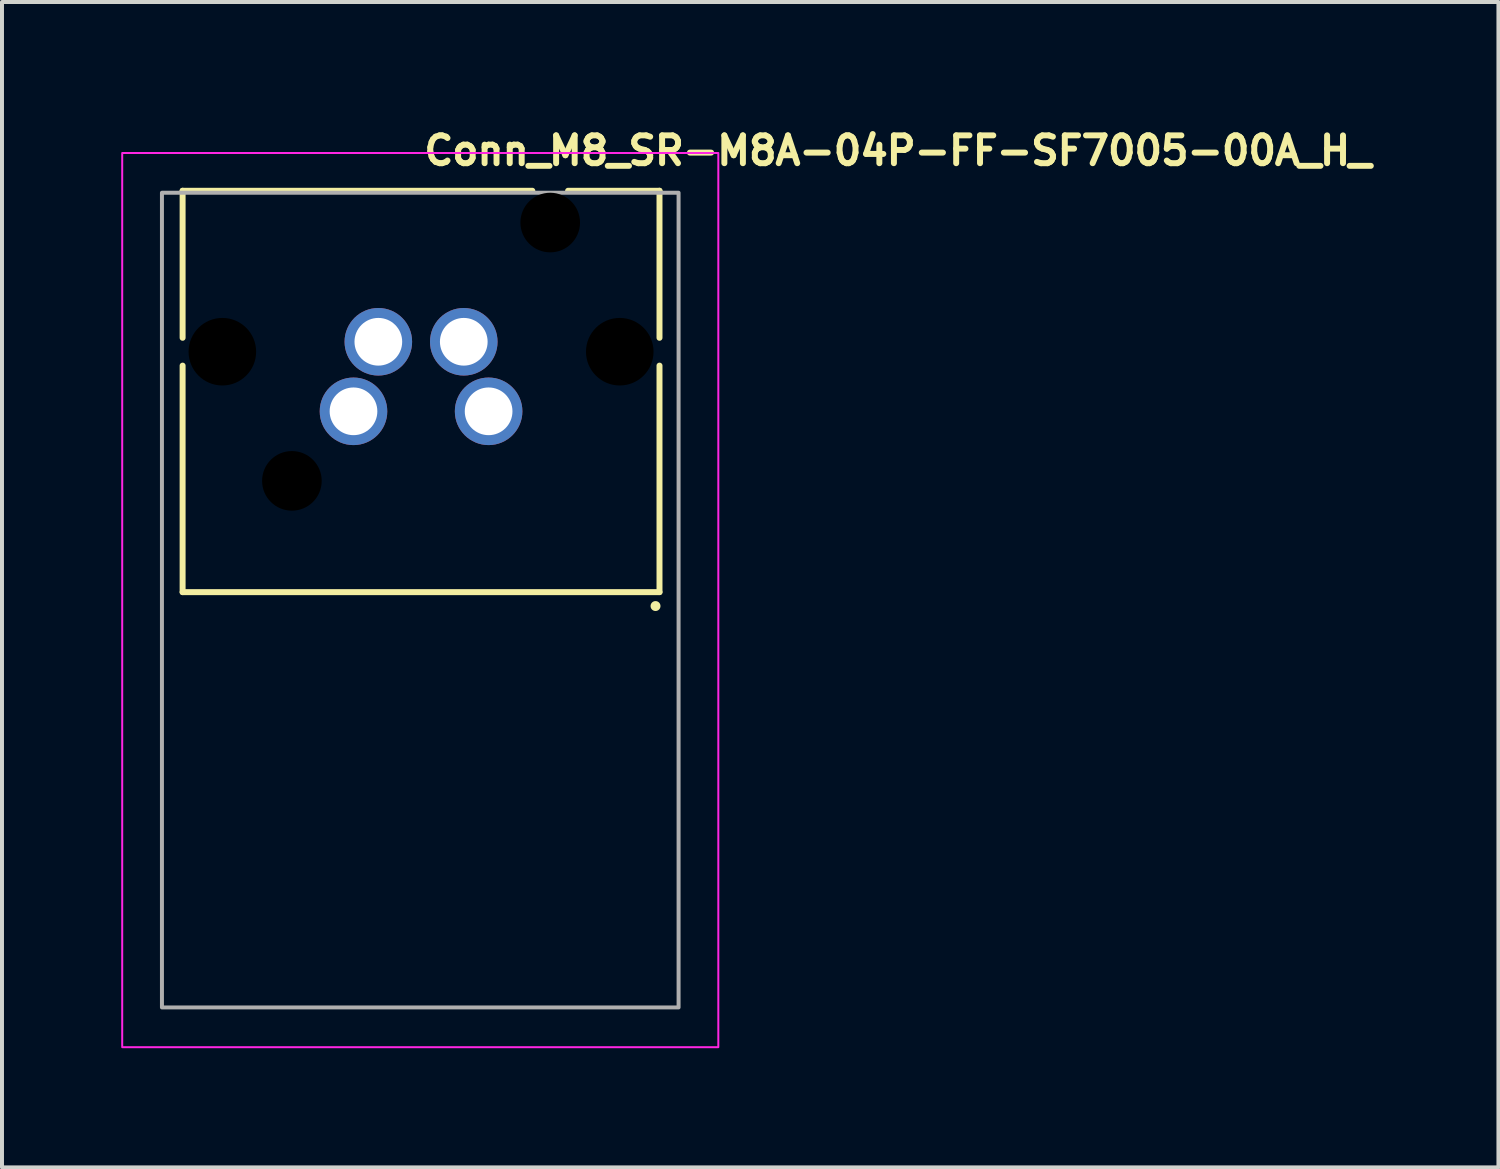
<source format=kicad_pcb>
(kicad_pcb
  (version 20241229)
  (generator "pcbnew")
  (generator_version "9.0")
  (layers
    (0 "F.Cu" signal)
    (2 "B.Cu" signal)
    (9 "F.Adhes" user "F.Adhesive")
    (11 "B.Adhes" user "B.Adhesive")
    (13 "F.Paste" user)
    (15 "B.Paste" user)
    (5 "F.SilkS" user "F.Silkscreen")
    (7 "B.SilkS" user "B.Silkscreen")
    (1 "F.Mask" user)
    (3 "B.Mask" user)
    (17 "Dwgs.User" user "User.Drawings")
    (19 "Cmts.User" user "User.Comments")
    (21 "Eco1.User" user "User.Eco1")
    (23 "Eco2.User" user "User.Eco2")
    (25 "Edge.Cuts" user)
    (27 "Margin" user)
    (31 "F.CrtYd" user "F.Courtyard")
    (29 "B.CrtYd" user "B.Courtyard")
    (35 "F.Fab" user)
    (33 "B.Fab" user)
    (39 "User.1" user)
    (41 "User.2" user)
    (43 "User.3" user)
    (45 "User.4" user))
  (footprint "Conn_M8_SR-M8A-04P-FF-SF7005-00A_H_"
    (layer "F.Cu")
    (at 9.245 7.3)
    (property "Reference" "Conn_M8_SR-M8A-04P-FF-SF7005-00A_H_" (at -1.7 -6.15 180) (layer "F.SilkS") (effects (font (size 0.7 0.7) (thickness 0.15)) (justify left bottom)))
    (attr through_hole)
    (fp_line (start -7.7 -5.55) (end -7.7 -1.85) (stroke (width 0.15) (type solid)) (layer "F.SilkS"))
    (fp_line (start -7.7 -5.55) (end 1.1 -5.55) (stroke (width 0.15) (type solid)) (layer "F.SilkS"))
    (fp_line (start -7.7 -1.15) (end -7.7 4.55) (stroke (width 0.15) (type solid)) (layer "F.SilkS"))
    (fp_line (start -7.7 4.55) (end 4.3 4.55) (stroke (width 0.15) (type solid)) (layer "F.SilkS"))
    (fp_line (start 2 -5.55) (end 4.3 -5.55) (stroke (width 0.15) (type solid)) (layer "F.SilkS"))
    (fp_line (start 4.3 -5.55) (end 4.3 -1.85) (stroke (width 0.15) (type solid)) (layer "F.SilkS"))
    (fp_line (start 4.3 -1.15) (end 4.3 4.55) (stroke (width 0.15) (type solid)) (layer "F.SilkS"))
    (fp_circle (center 4.2 4.9) (end 4.25 4.9) (stroke (width 0.15) (type solid)) (fill yes) (layer "F.SilkS"))
    (fp_rect (start 5.78 16) (end -9.22 -6.5) (stroke (width 0.05) (type solid)) (fill no) (layer "F.CrtYd"))
    (fp_rect (start 4.78 15) (end -8.22 -5.5) (stroke (width 0.1) (type solid)) (fill no) (layer "F.Fab"))
    (fp_rect (start 4.78 15) (end -8.22 -5.5) (stroke (width 0.1) (type solid)) (fill no) (layer "User.5"))
    (fp_line (start -8.223 -1.5) (end -8.223 -1.447) (stroke (width 0.02) (type solid)) (layer "User.9"))
    (fp_line (start -8.223 -1.553) (end -8.223 -1.5) (stroke (width 0.02) (type solid)) (layer "User.9"))
    (fp_line (start -8.223 -1.447) (end -8.219 -1.394) (stroke (width 0.02) (type solid)) (layer "User.9"))
    (fp_line (start -8.219 -1.606) (end -8.223 -1.553) (stroke (width 0.02) (type solid)) (layer "User.9"))
    (fp_line (start -8.219 -1.394) (end -8.211 -1.342) (stroke (width 0.02) (type solid)) (layer "User.9"))
    (fp_line (start -8.211 -1.658) (end -8.219 -1.606) (stroke (width 0.02) (type solid)) (layer "User.9"))
    (fp_line (start -8.211 -1.342) (end -8.201 -1.289) (stroke (width 0.02) (type solid)) (layer "User.9"))
    (fp_line (start -8.201 -1.711) (end -8.211 -1.658) (stroke (width 0.02) (type solid)) (layer "User.9"))
    (fp_line (start -8.201 -1.289) (end -8.188 -1.238) (stroke (width 0.02) (type solid)) (layer "User.9"))
    (fp_line (start -8.188 -1.762) (end -8.201 -1.711) (stroke (width 0.02) (type solid)) (layer "User.9"))
    (fp_line (start -8.188 -1.238) (end -8.174 -1.187) (stroke (width 0.02) (type solid)) (layer "User.9"))
    (fp_line (start -8.174 -1.813) (end -8.188 -1.762) (stroke (width 0.02) (type solid)) (layer "User.9"))
    (fp_line (start -8.174 -1.187) (end -8.155 -1.137) (stroke (width 0.02) (type solid)) (layer "User.9"))
    (fp_line (start -8.155 -1.863) (end -8.174 -1.813) (stroke (width 0.02) (type solid)) (layer "User.9"))
    (fp_line (start -8.155 -1.137) (end -8.134 -1.088) (stroke (width 0.02) (type solid)) (layer "User.9"))
    (fp_line (start -8.134 -1.912) (end -8.155 -1.863) (stroke (width 0.02) (type solid)) (layer "User.9"))
    (fp_line (start -8.134 -1.088) (end -8.111 -1.041) (stroke (width 0.02) (type solid)) (layer "User.9"))
    (fp_line (start -8.111 -1.959) (end -8.134 -1.912) (stroke (width 0.02) (type solid)) (layer "User.9"))
    (fp_line (start -8.111 -1.041) (end -8.086 -0.994) (stroke (width 0.02) (type solid)) (layer "User.9"))
    (fp_line (start -8.086 -2.006) (end -8.111 -1.959) (stroke (width 0.02) (type solid)) (layer "User.9"))
    (fp_line (start -8.086 -0.994) (end -8.059 -0.949) (stroke (width 0.02) (type solid)) (layer "User.9"))
    (fp_line (start -8.059 -2.051) (end -8.086 -2.006) (stroke (width 0.02) (type solid)) (layer "User.9"))
    (fp_line (start -8.059 -0.949) (end -8.027 -0.906) (stroke (width 0.02) (type solid)) (layer "User.9"))
    (fp_line (start -8.027 -2.094) (end -8.059 -2.051) (stroke (width 0.02) (type solid)) (layer "User.9"))
    (fp_line (start -8.027 -0.906) (end -7.995 -0.864) (stroke (width 0.02) (type solid)) (layer "User.9"))
    (fp_line (start -7.995 -2.136) (end -8.027 -2.094) (stroke (width 0.02) (type solid)) (layer "User.9"))
    (fp_line (start -7.995 -0.864) (end -7.96 -0.824) (stroke (width 0.02) (type solid)) (layer "User.9"))
    (fp_line (start -7.992 -2.141) (end -7.97 -2.166) (stroke (width 0.02) (type solid)) (layer "User.9"))
    (fp_line (start -7.992 -0.859) (end -7.97 -0.834) (stroke (width 0.02) (type solid)) (layer "User.9"))
    (fp_line (start -7.96 -2.176) (end -7.995 -2.136) (stroke (width 0.02) (type solid)) (layer "User.9"))
    (fp_line (start -7.96 -0.824) (end -7.923 -0.786) (stroke (width 0.02) (type solid)) (layer "User.9"))
    (fp_line (start -7.955 -2.182) (end -7.941 -2.197) (stroke (width 0.02) (type solid)) (layer "User.9"))
    (fp_line (start -7.955 -0.818) (end -7.941 -0.803) (stroke (width 0.02) (type solid)) (layer "User.9"))
    (fp_line (start -7.941 -2.197) (end -7.926 -2.211) (stroke (width 0.02) (type solid)) (layer "User.9"))
    (fp_line (start -7.941 -0.803) (end -7.928 -0.789) (stroke (width 0.02) (type solid)) (layer "User.9"))
    (fp_line (start -7.928 -0.789) (end -7.915 -0.778) (stroke (width 0.02) (type solid)) (layer "User.9"))
    (fp_line (start -7.926 -2.211) (end -7.915 -2.222) (stroke (width 0.02) (type solid)) (layer "User.9"))
    (fp_line (start -7.923 -2.214) (end -7.96 -2.176) (stroke (width 0.02) (type solid)) (layer "User.9"))
    (fp_line (start -7.923 -0.786) (end -7.885 -0.75) (stroke (width 0.02) (type solid)) (layer "User.9"))
    (fp_line (start -7.915 -0.778) (end -7.904 -0.768) (stroke (width 0.02) (type solid)) (layer "User.9"))
    (fp_line (start -7.915 -2.222) (end -7.904 -2.232) (stroke (width 0.02) (type solid)) (layer "User.9"))
    (fp_line (start -7.904 -2.232) (end -7.885 -2.25) (stroke (width 0.02) (type solid)) (layer "User.9"))
    (fp_line (start -7.904 -0.768) (end -7.885 -0.75) (stroke (width 0.02) (type solid)) (layer "User.9"))
    (fp_line (start -7.885 -2.25) (end -7.923 -2.214) (stroke (width 0.02) (type solid)) (layer "User.9"))
    (fp_line (start -7.885 -2.25) (end -7.723 -2.25) (stroke (width 0.02) (type solid)) (layer "User.9"))
    (fp_line (start -7.885 -0.75) (end -7.723 -0.75) (stroke (width 0.02) (type solid)) (layer "User.9"))
    (fp_line (start -7.723 -5.5) (end -7.723 3.8) (stroke (width 0.02) (type solid)) (layer "User.9"))
    (fp_line (start -7.723 -5.5) (end -7.577 -5.5) (stroke (width 0.02) (type solid)) (layer "User.9"))
    (fp_line (start -7.723 -2.25) (end -7.885 -2.25) (stroke (width 0.02) (type solid)) (layer "User.9"))
    (fp_line (start -7.723 -0.75) (end -7.885 -0.75) (stroke (width 0.02) (type solid)) (layer "User.9"))
    (fp_line (start -7.577 -5.5) (end -7.577 -5.5) (stroke (width 0.02) (type solid)) (layer "User.9"))
    (fp_line (start -7.577 -5.5) (end -7.223 -5.5) (stroke (width 0.02) (type solid)) (layer "User.9"))
    (fp_line (start -7.577 3.8) (end -7.723 3.8) (stroke (width 0.02) (type solid)) (layer "User.9"))
    (fp_line (start -7.577 3.8) (end -7.577 3.8) (stroke (width 0.02) (type solid)) (layer "User.9"))
    (fp_line (start -7.223 -5.5) (end -7.216 -5.5) (stroke (width 0.02) (type solid)) (layer "User.9"))
    (fp_line (start -7.223 3.8) (end -7.577 3.8) (stroke (width 0.02) (type solid)) (layer "User.9"))
    (fp_line (start -7.223 3.8) (end -7.223 -5.5) (stroke (width 0.02) (type solid)) (layer "User.9"))
    (fp_line (start -7.216 -5.5) (end -7.216 -5.5) (stroke (width 0.02) (type solid)) (layer "User.9"))
    (fp_line (start -7.216 -5.5) (end -7.194 -5.5) (stroke (width 0.02) (type solid)) (layer "User.9"))
    (fp_line (start -7.216 3.8) (end -7.223 3.8) (stroke (width 0.02) (type solid)) (layer "User.9"))
    (fp_line (start -7.216 3.8) (end -7.216 3.8) (stroke (width 0.02) (type solid)) (layer "User.9"))
    (fp_line (start -7.194 -5.5) (end -7.194 -5.5) (stroke (width 0.02) (type solid)) (layer "User.9"))
    (fp_line (start -7.194 -5.5) (end -7.157 -5.5) (stroke (width 0.02) (type solid)) (layer "User.9"))
    (fp_line (start -7.194 3.8) (end -7.216 3.8) (stroke (width 0.02) (type solid)) (layer "User.9"))
    (fp_line (start -7.194 3.8) (end -7.194 3.8) (stroke (width 0.02) (type solid)) (layer "User.9"))
    (fp_line (start -7.157 -5.5) (end -7.157 -5.5) (stroke (width 0.02) (type solid)) (layer "User.9"))
    (fp_line (start -7.157 -5.5) (end -7.106 -5.5) (stroke (width 0.02) (type solid)) (layer "User.9"))
    (fp_line (start -7.157 3.8) (end -7.194 3.8) (stroke (width 0.02) (type solid)) (layer "User.9"))
    (fp_line (start -7.157 3.8) (end -7.157 3.8) (stroke (width 0.02) (type solid)) (layer "User.9"))
    (fp_line (start -7.106 -5.5) (end -7.106 -5.5) (stroke (width 0.02) (type solid)) (layer "User.9"))
    (fp_line (start -7.106 -5.5) (end -7.042 -5.5) (stroke (width 0.02) (type solid)) (layer "User.9"))
    (fp_line (start -7.106 3.8) (end -7.157 3.8) (stroke (width 0.02) (type solid)) (layer "User.9"))
    (fp_line (start -7.106 3.8) (end -7.106 3.8) (stroke (width 0.02) (type solid)) (layer "User.9"))
    (fp_line (start -7.042 -5.5) (end -7.042 -5.5) (stroke (width 0.02) (type solid)) (layer "User.9"))
    (fp_line (start -7.042 -5.5) (end -6.962 -5.5) (stroke (width 0.02) (type solid)) (layer "User.9"))
    (fp_line (start -7.042 3.8) (end -7.106 3.8) (stroke (width 0.02) (type solid)) (layer "User.9"))
    (fp_line (start -7.042 3.8) (end -7.042 3.8) (stroke (width 0.02) (type solid)) (layer "User.9"))
    (fp_line (start -6.962 -5.5) (end -6.962 -5.5) (stroke (width 0.02) (type solid)) (layer "User.9"))
    (fp_line (start -6.962 -5.5) (end -6.869 -5.5) (stroke (width 0.02) (type solid)) (layer "User.9"))
    (fp_line (start -6.962 3.8) (end -7.042 3.8) (stroke (width 0.02) (type solid)) (layer "User.9"))
    (fp_line (start -6.962 3.8) (end -6.962 3.8) (stroke (width 0.02) (type solid)) (layer "User.9"))
    (fp_line (start -6.869 -5.5) (end -6.869 -5.5) (stroke (width 0.02) (type solid)) (layer "User.9"))
    (fp_line (start -6.869 -5.5) (end -6.761 -5.5) (stroke (width 0.02) (type solid)) (layer "User.9"))
    (fp_line (start -6.869 3.8) (end -6.962 3.8) (stroke (width 0.02) (type solid)) (layer "User.9"))
    (fp_line (start -6.869 3.8) (end -6.869 3.8) (stroke (width 0.02) (type solid)) (layer "User.9"))
    (fp_line (start -6.761 -5.5) (end -6.761 -5.5) (stroke (width 0.02) (type solid)) (layer "User.9"))
    (fp_line (start -6.761 -5.5) (end -6.641 -5.5) (stroke (width 0.02) (type solid)) (layer "User.9"))
    (fp_line (start -6.761 3.8) (end -6.869 3.8) (stroke (width 0.02) (type solid)) (layer "User.9"))
    (fp_line (start -6.761 3.8) (end -6.761 3.8) (stroke (width 0.02) (type solid)) (layer "User.9"))
    (fp_line (start -6.723 5.315) (end -6.723 5.53) (stroke (width 0.02) (type solid)) (layer "User.9"))
    (fp_line (start -6.723 5.315) (end -6.223 5.1) (stroke (width 0.02) (type solid)) (layer "User.9"))
    (fp_line (start -6.723 5.53) (end -6.723 5.315) (stroke (width 0.02) (type solid)) (layer "User.9"))
    (fp_line (start -6.723 5.53) (end -6.723 5.53) (stroke (width 0.02) (type solid)) (layer "User.9"))
    (fp_line (start -6.723 5.53) (end -6.207 5.53) (stroke (width 0.02) (type solid)) (layer "User.9"))
    (fp_line (start -6.723 6.67) (end -6.723 5.53) (stroke (width 0.02) (type solid)) (layer "User.9"))
    (fp_line (start -6.723 6.67) (end -6.723 6.67) (stroke (width 0.02) (type solid)) (layer "User.9"))
    (fp_line (start -6.723 6.67) (end -6.723 6.885) (stroke (width 0.02) (type solid)) (layer "User.9"))
    (fp_line (start -6.723 6.67) (end -6.207 6.67) (stroke (width 0.02) (type solid)) (layer "User.9"))
    (fp_line (start -6.723 6.885) (end -6.723 6.67) (stroke (width 0.02) (type solid)) (layer "User.9"))
    (fp_line (start -6.723 6.885) (end -6.223 7.1) (stroke (width 0.02) (type solid)) (layer "User.9"))
    (fp_line (start -6.641 -5.5) (end -6.641 -5.5) (stroke (width 0.02) (type solid)) (layer "User.9"))
    (fp_line (start -6.641 -5.5) (end -6.506 -5.5) (stroke (width 0.02) (type solid)) (layer "User.9"))
    (fp_line (start -6.641 3.8) (end -6.761 3.8) (stroke (width 0.02) (type solid)) (layer "User.9"))
    (fp_line (start -6.641 3.8) (end -6.641 3.8) (stroke (width 0.02) (type solid)) (layer "User.9"))
    (fp_line (start -6.506 -5.5) (end -6.506 -5.5) (stroke (width 0.02) (type solid)) (layer "User.9"))
    (fp_line (start -6.506 -5.5) (end -6.361 -5.5) (stroke (width 0.02) (type solid)) (layer "User.9"))
    (fp_line (start -6.506 3.8) (end -6.641 3.8) (stroke (width 0.02) (type solid)) (layer "User.9"))
    (fp_line (start -6.506 3.8) (end -6.506 3.8) (stroke (width 0.02) (type solid)) (layer "User.9"))
    (fp_line (start -6.361 -5.5) (end -6.361 -5.5) (stroke (width 0.02) (type solid)) (layer "User.9"))
    (fp_line (start -6.361 -5.5) (end -6.202 -5.5) (stroke (width 0.02) (type solid)) (layer "User.9"))
    (fp_line (start -6.361 3.8) (end -6.506 3.8) (stroke (width 0.02) (type solid)) (layer "User.9"))
    (fp_line (start -6.361 3.8) (end -6.361 3.8) (stroke (width 0.02) (type solid)) (layer "User.9"))
    (fp_line (start -6.223 5.1) (end -6.723 5.315) (stroke (width 0.02) (type solid)) (layer "User.9"))
    (fp_line (start -6.223 7.1) (end -6.723 6.885) (stroke (width 0.02) (type solid)) (layer "User.9"))
    (fp_line (start -6.223 13.3) (end -6.223 7.1) (stroke (width 0.02) (type solid)) (layer "User.9"))
    (fp_line (start -6.223 13.3) (end -6.196 13.3) (stroke (width 0.02) (type solid)) (layer "User.9"))
    (fp_line (start -6.207 6.67) (end -6.207 5.53) (stroke (width 0.02) (type solid)) (layer "User.9"))
    (fp_line (start -6.202 -5.5) (end -6.202 -5.5) (stroke (width 0.02) (type solid)) (layer "User.9"))
    (fp_line (start -6.202 -5.5) (end -6.03 -5.5) (stroke (width 0.02) (type solid)) (layer "User.9"))
    (fp_line (start -6.202 3.8) (end -6.361 3.8) (stroke (width 0.02) (type solid)) (layer "User.9"))
    (fp_line (start -6.202 3.8) (end -6.202 3.8) (stroke (width 0.02) (type solid)) (layer "User.9"))
    (fp_line (start -6.196 7.1) (end -6.223 7.1) (stroke (width 0.02) (type solid)) (layer "User.9"))
    (fp_line (start -6.196 7.1) (end -6.196 7.1) (stroke (width 0.02) (type solid)) (layer "User.9"))
    (fp_line (start -6.196 13.3) (end -6.196 13.3) (stroke (width 0.02) (type solid)) (layer "User.9"))
    (fp_line (start -6.196 13.3) (end -6.111 13.3) (stroke (width 0.02) (type solid)) (layer "User.9"))
    (fp_line (start -6.111 5.1) (end -6.223 5.1) (stroke (width 0.02) (type solid)) (layer "User.9"))
    (fp_line (start -6.111 5.1) (end -6.111 5.1) (stroke (width 0.02) (type solid)) (layer "User.9"))
    (fp_line (start -6.111 7.1) (end -6.196 7.1) (stroke (width 0.02) (type solid)) (layer "User.9"))
    (fp_line (start -6.111 7.1) (end -6.111 7.1) (stroke (width 0.02) (type solid)) (layer "User.9"))
    (fp_line (start -6.111 13.3) (end -6.111 13.3) (stroke (width 0.02) (type solid)) (layer "User.9"))
    (fp_line (start -6.111 13.3) (end -5.971 13.3) (stroke (width 0.02) (type solid)) (layer "User.9"))
    (fp_line (start -6.03 -5.5) (end -6.03 -5.5) (stroke (width 0.02) (type solid)) (layer "User.9"))
    (fp_line (start -6.03 -5.5) (end -5.848 -5.5) (stroke (width 0.02) (type solid)) (layer "User.9"))
    (fp_line (start -6.03 3.8) (end -6.202 3.8) (stroke (width 0.02) (type solid)) (layer "User.9"))
    (fp_line (start -6.03 3.8) (end -6.03 3.8) (stroke (width 0.02) (type solid)) (layer "User.9"))
    (fp_line (start -6.024 4.451) (end -6.024 4.476) (stroke (width 0.02) (type solid)) (layer "User.9"))
    (fp_line (start -6.024 4.426) (end -6.024 4.451) (stroke (width 0.02) (type solid)) (layer "User.9"))
    (fp_line (start -6.024 4.476) (end -6.022 4.501) (stroke (width 0.02) (type solid)) (layer "User.9"))
    (fp_line (start -6.022 4.501) (end -6.019 4.526) (stroke (width 0.02) (type solid)) (layer "User.9"))
    (fp_line (start -6.021 4.401) (end -6.024 4.426) (stroke (width 0.02) (type solid)) (layer "User.9"))
    (fp_line (start -6.019 4.376) (end -6.021 4.401) (stroke (width 0.02) (type solid)) (layer "User.9"))
    (fp_line (start -6.019 4.526) (end -6.016 4.551) (stroke (width 0.02) (type solid)) (layer "User.9"))
    (fp_line (start -6.016 4.551) (end -6.011 4.575) (stroke (width 0.02) (type solid)) (layer "User.9"))
    (fp_line (start -6.016 4.351) (end -6.019 4.376) (stroke (width 0.02) (type solid)) (layer "User.9"))
    (fp_line (start -6.011 4.326) (end -6.016 4.351) (stroke (width 0.02) (type solid)) (layer "User.9"))
    (fp_line (start -6.011 4.575) (end -6.005 4.6) (stroke (width 0.02) (type solid)) (layer "User.9"))
    (fp_line (start -6.006 4.302) (end -6.011 4.326) (stroke (width 0.02) (type solid)) (layer "User.9"))
    (fp_line (start -6.005 4.6) (end -6.005 4.6) (stroke (width 0.02) (type solid)) (layer "User.9"))
    (fp_line (start -6.005 4.6) (end -5.995 4.64) (stroke (width 0.02) (type solid)) (layer "User.9"))
    (fp_line (start -6 4.277) (end -6.006 4.302) (stroke (width 0.02) (type solid)) (layer "User.9"))
    (fp_line (start -5.995 4.64) (end -5.982 4.678) (stroke (width 0.02) (type solid)) (layer "User.9"))
    (fp_line (start -5.992 4.253) (end -6 4.277) (stroke (width 0.02) (type solid)) (layer "User.9"))
    (fp_line (start -5.984 4.23) (end -5.992 4.253) (stroke (width 0.02) (type solid)) (layer "User.9"))
    (fp_line (start -5.982 4.678) (end -5.966 4.716) (stroke (width 0.02) (type solid)) (layer "User.9"))
    (fp_line (start -5.976 4.206) (end -5.984 4.23) (stroke (width 0.02) (type solid)) (layer "User.9"))
    (fp_line (start -5.971 7.1) (end -6.111 7.1) (stroke (width 0.02) (type solid)) (layer "User.9"))
    (fp_line (start -5.971 7.1) (end -5.971 7.1) (stroke (width 0.02) (type solid)) (layer "User.9"))
    (fp_line (start -5.971 13.3) (end -5.971 13.3) (stroke (width 0.02) (type solid)) (layer "User.9"))
    (fp_line (start -5.971 13.3) (end -5.777 13.3) (stroke (width 0.02) (type solid)) (layer "User.9"))
    (fp_line (start -5.966 4.716) (end -5.949 4.753) (stroke (width 0.02) (type solid)) (layer "User.9"))
    (fp_line (start -5.965 4.183) (end -5.976 4.206) (stroke (width 0.02) (type solid)) (layer "User.9"))
    (fp_line (start -5.955 4.161) (end -5.965 4.183) (stroke (width 0.02) (type solid)) (layer "User.9"))
    (fp_line (start -5.949 4.753) (end -5.928 4.788) (stroke (width 0.02) (type solid)) (layer "User.9"))
    (fp_line (start -5.944 4.138) (end -5.955 4.161) (stroke (width 0.02) (type solid)) (layer "User.9"))
    (fp_line (start -5.934 5.477) (end -6.207 5.53) (stroke (width 0.02) (type solid)) (layer "User.9"))
    (fp_line (start -5.934 6.723) (end -6.207 6.67) (stroke (width 0.02) (type solid)) (layer "User.9"))
    (fp_line (start -5.931 4.116) (end -5.944 4.138) (stroke (width 0.02) (type solid)) (layer "User.9"))
    (fp_line (start -5.928 4.788) (end -5.907 4.822) (stroke (width 0.02) (type solid)) (layer "User.9"))
    (fp_line (start -5.923 13.6) (end -6.223 13.3) (stroke (width 0.02) (type solid)) (layer "User.9"))
    (fp_line (start -5.923 13.6) (end -5.897 13.6) (stroke (width 0.02) (type solid)) (layer "User.9"))
    (fp_line (start -5.918 4.095) (end -5.931 4.116) (stroke (width 0.02) (type solid)) (layer "User.9"))
    (fp_line (start -5.907 4.822) (end -5.881 4.855) (stroke (width 0.02) (type solid)) (layer "User.9"))
    (fp_line (start -5.904 4.074) (end -5.918 4.095) (stroke (width 0.02) (type solid)) (layer "User.9"))
    (fp_line (start -5.897 13.6) (end -5.897 13.6) (stroke (width 0.02) (type solid)) (layer "User.9"))
    (fp_line (start -5.897 13.6) (end -5.819 13.6) (stroke (width 0.02) (type solid)) (layer "User.9"))
    (fp_line (start -5.889 4.054) (end -5.904 4.074) (stroke (width 0.02) (type solid)) (layer "User.9"))
    (fp_line (start -5.881 4.855) (end -5.856 4.886) (stroke (width 0.02) (type solid)) (layer "User.9"))
    (fp_line (start -5.873 4.034) (end -5.889 4.054) (stroke (width 0.02) (type solid)) (layer "User.9"))
    (fp_line (start -5.857 4.015) (end -5.873 4.034) (stroke (width 0.02) (type solid)) (layer "User.9"))
    (fp_line (start -5.856 4.886) (end -5.827 4.915) (stroke (width 0.02) (type solid)) (layer "User.9"))
    (fp_line (start -5.848 -5.5) (end -5.723 -5.5) (stroke (width 0.02) (type solid)) (layer "User.9"))
    (fp_line (start -5.848 3.8) (end -6.03 3.8) (stroke (width 0.02) (type solid)) (layer "User.9"))
    (fp_line (start -5.84 3.997) (end -5.857 4.015) (stroke (width 0.02) (type solid)) (layer "User.9"))
    (fp_line (start -5.827 4.915) (end -5.796 4.943) (stroke (width 0.02) (type solid)) (layer "User.9"))
    (fp_line (start -5.822 3.979) (end -5.84 3.997) (stroke (width 0.02) (type solid)) (layer "User.9"))
    (fp_line (start -5.819 13.6) (end -5.819 13.6) (stroke (width 0.02) (type solid)) (layer "User.9"))
    (fp_line (start -5.819 13.6) (end -5.688 13.6) (stroke (width 0.02) (type solid)) (layer "User.9"))
    (fp_line (start -5.804 3.962) (end -5.822 3.979) (stroke (width 0.02) (type solid)) (layer "User.9"))
    (fp_line (start -5.796 4.943) (end -5.766 4.969) (stroke (width 0.02) (type solid)) (layer "User.9"))
    (fp_line (start -5.785 3.946) (end -5.804 3.962) (stroke (width 0.02) (type solid)) (layer "User.9"))
    (fp_line (start -5.777 5.1) (end -6.111 5.1) (stroke (width 0.02) (type solid)) (layer "User.9"))
    (fp_line (start -5.777 5.1) (end -5.777 5.1) (stroke (width 0.02) (type solid)) (layer "User.9"))
    (fp_line (start -5.777 7.1) (end -5.971 7.1) (stroke (width 0.02) (type solid)) (layer "User.9"))
    (fp_line (start -5.777 7.1) (end -5.777 7.1) (stroke (width 0.02) (type solid)) (layer "User.9"))
    (fp_line (start -5.777 13.3) (end -5.777 13.3) (stroke (width 0.02) (type solid)) (layer "User.9"))
    (fp_line (start -5.777 13.3) (end -5.534 13.3) (stroke (width 0.02) (type solid)) (layer "User.9"))
    (fp_line (start -5.766 3.931) (end -5.785 3.946) (stroke (width 0.02) (type solid)) (layer "User.9"))
    (fp_line (start -5.766 4.969) (end -5.732 4.992) (stroke (width 0.02) (type solid)) (layer "User.9"))
    (fp_line (start -5.745 3.916) (end -5.766 3.931) (stroke (width 0.02) (type solid)) (layer "User.9"))
    (fp_line (start -5.732 4.992) (end -5.697 5.014) (stroke (width 0.02) (type solid)) (layer "User.9"))
    (fp_line (start -5.723 -5.5) (end -5.723 4.5) (stroke (width 0.02) (type solid)) (layer "User.9"))
    (fp_line (start -5.723 -5.5) (end -5.577 -5.5) (stroke (width 0.02) (type solid)) (layer "User.9"))
    (fp_line (start -5.723 3.8) (end -5.848 3.8) (stroke (width 0.02) (type solid)) (layer "User.9"))
    (fp_line (start -5.723 3.902) (end -5.745 3.916) (stroke (width 0.02) (type solid)) (layer "User.9"))
    (fp_line (start -5.697 5.014) (end -5.662 5.033) (stroke (width 0.02) (type solid)) (layer "User.9"))
    (fp_line (start -5.688 13.6) (end -5.688 13.6) (stroke (width 0.02) (type solid)) (layer "User.9"))
    (fp_line (start -5.688 13.6) (end -5.508 13.6) (stroke (width 0.02) (type solid)) (layer "User.9"))
    (fp_line (start -5.662 5.431) (end -5.934 5.477) (stroke (width 0.02) (type solid)) (layer "User.9"))
    (fp_line (start -5.662 6.769) (end -5.934 6.723) (stroke (width 0.02) (type solid)) (layer "User.9"))
    (fp_line (start -5.662 5.033) (end -5.625 5.05) (stroke (width 0.02) (type solid)) (layer "User.9"))
    (fp_line (start -5.625 5.05) (end -5.585 5.064) (stroke (width 0.02) (type solid)) (layer "User.9"))
    (fp_line (start -5.585 5.064) (end -5.585 5.064) (stroke (width 0.02) (type solid)) (layer "User.9"))
    (fp_line (start -5.585 5.064) (end -5.559 5.073) (stroke (width 0.02) (type solid)) (layer "User.9"))
    (fp_line (start -5.577 -5.5) (end -5.577 -5.5) (stroke (width 0.02) (type solid)) (layer "User.9"))
    (fp_line (start -5.577 -5.5) (end -5.223 -5.5) (stroke (width 0.02) (type solid)) (layer "User.9"))
    (fp_line (start -5.577 4.5) (end -5.723 4.5) (stroke (width 0.02) (type solid)) (layer "User.9"))
    (fp_line (start -5.577 4.5) (end -5.577 4.5) (stroke (width 0.02) (type solid)) (layer "User.9"))
    (fp_line (start -5.559 5.073) (end -5.534 5.08) (stroke (width 0.02) (type solid)) (layer "User.9"))
    (fp_line (start -5.534 5.08) (end -5.521 5.083) (stroke (width 0.02) (type solid)) (layer "User.9"))
    (fp_line (start -5.534 7.1) (end -5.777 7.1) (stroke (width 0.02) (type solid)) (layer "User.9"))
    (fp_line (start -5.534 7.1) (end -5.534 7.1) (stroke (width 0.02) (type solid)) (layer "User.9"))
    (fp_line (start -5.534 13.3) (end -5.534 13.3) (stroke (width 0.02) (type solid)) (layer "User.9"))
    (fp_line (start -5.534 13.3) (end -5.242 13.3) (stroke (width 0.02) (type solid)) (layer "User.9"))
    (fp_line (start -5.521 5.083) (end -5.508 5.086) (stroke (width 0.02) (type solid)) (layer "User.9"))
    (fp_line (start -5.508 5.086) (end -5.495 5.089) (stroke (width 0.02) (type solid)) (layer "User.9"))
    (fp_line (start -5.508 13.6) (end -5.508 13.6) (stroke (width 0.02) (type solid)) (layer "User.9"))
    (fp_line (start -5.508 13.6) (end -5.279 13.6) (stroke (width 0.02) (type solid)) (layer "User.9"))
    (fp_line (start -5.495 5.089) (end -5.481 5.091) (stroke (width 0.02) (type solid)) (layer "User.9"))
    (fp_line (start -5.481 5.091) (end -5.468 5.093) (stroke (width 0.02) (type solid)) (layer "User.9"))
    (fp_line (start -5.468 5.093) (end -5.455 5.095) (stroke (width 0.02) (type solid)) (layer "User.9"))
    (fp_line (start -5.455 5.095) (end -5.441 5.096) (stroke (width 0.02) (type solid)) (layer "User.9"))
    (fp_line (start -5.441 5.096) (end -5.428 5.098) (stroke (width 0.02) (type solid)) (layer "User.9"))
    (fp_line (start -5.428 5.098) (end -5.401 5.099) (stroke (width 0.02) (type solid)) (layer "User.9"))
    (fp_line (start -5.409 13.6) (end -5.409 13.6) (stroke (width 0.02) (type solid)) (layer "User.9"))
    (fp_line (start -5.401 5.099) (end -5.373 5.1) (stroke (width 0.02) (type solid)) (layer "User.9"))
    (fp_line (start -5.391 5.392) (end -5.662 5.431) (stroke (width 0.02) (type solid)) (layer "User.9"))
    (fp_line (start -5.391 6.808) (end -5.662 6.769) (stroke (width 0.02) (type solid)) (layer "User.9"))
    (fp_line (start -5.373 5.1) (end -5.373 5.1) (stroke (width 0.02) (type solid)) (layer "User.9"))
    (fp_line (start -5.279 13.6) (end -5.279 13.6) (stroke (width 0.02) (type solid)) (layer "User.9"))
    (fp_line (start -5.279 13.6) (end -5.008 13.6) (stroke (width 0.02) (type solid)) (layer "User.9"))
    (fp_line (start -5.242 5.1) (end -5.777 5.1) (stroke (width 0.02) (type solid)) (layer "User.9"))
    (fp_line (start -5.242 5.1) (end -5.242 5.1) (stroke (width 0.02) (type solid)) (layer "User.9"))
    (fp_line (start -5.242 7.1) (end -5.534 7.1) (stroke (width 0.02) (type solid)) (layer "User.9"))
    (fp_line (start -5.242 7.1) (end -5.242 7.1) (stroke (width 0.02) (type solid)) (layer "User.9"))
    (fp_line (start -5.242 13.3) (end -5.242 13.3) (stroke (width 0.02) (type solid)) (layer "User.9"))
    (fp_line (start -5.242 13.3) (end -4.905 13.3) (stroke (width 0.02) (type solid)) (layer "User.9"))
    (fp_line (start -5.223 -5.5) (end 1.776 -5.5) (stroke (width 0.02) (type solid)) (layer "User.9"))
    (fp_line (start -5.223 4.5) (end -5.577 4.5) (stroke (width 0.02) (type solid)) (layer "User.9"))
    (fp_line (start -5.223 4.5) (end 1.776 4.5) (stroke (width 0.02) (type solid)) (layer "User.9"))
    (fp_line (start -5.122 5.361) (end -5.391 5.392) (stroke (width 0.02) (type solid)) (layer "User.9"))
    (fp_line (start -5.122 6.839) (end -5.391 6.808) (stroke (width 0.02) (type solid)) (layer "User.9"))
    (fp_line (start -5.008 13.6) (end -5.008 13.6) (stroke (width 0.02) (type solid)) (layer "User.9"))
    (fp_line (start -5.008 13.6) (end -4.694 13.6) (stroke (width 0.02) (type solid)) (layer "User.9"))
    (fp_line (start -4.905 7.1) (end -5.242 7.1) (stroke (width 0.02) (type solid)) (layer "User.9"))
    (fp_line (start -4.905 7.1) (end -4.905 7.1) (stroke (width 0.02) (type solid)) (layer "User.9"))
    (fp_line (start -4.905 13.3) (end -4.905 13.3) (stroke (width 0.02) (type solid)) (layer "User.9"))
    (fp_line (start -4.905 13.3) (end -4.529 13.3) (stroke (width 0.02) (type solid)) (layer "User.9"))
    (fp_line (start -4.853 5.338) (end -5.122 5.361) (stroke (width 0.02) (type solid)) (layer "User.9"))
    (fp_line (start -4.853 6.862) (end -5.122 6.839) (stroke (width 0.02) (type solid)) (layer "User.9"))
    (fp_line (start -4.694 13.6) (end -4.694 13.6) (stroke (width 0.02) (type solid)) (layer "User.9"))
    (fp_line (start -4.694 13.6) (end -4.343 13.6) (stroke (width 0.02) (type solid)) (layer "User.9"))
    (fp_line (start -4.583 5.323) (end -4.853 5.338) (stroke (width 0.02) (type solid)) (layer "User.9"))
    (fp_line (start -4.583 6.877) (end -4.853 6.862) (stroke (width 0.02) (type solid)) (layer "User.9"))
    (fp_line (start -4.548 13.6) (end -4.548 14.9) (stroke (width 0.02) (type solid)) (layer "User.9"))
    (fp_line (start -4.548 14.9) (end -4.548 14.905) (stroke (width 0.02) (type solid)) (layer "User.9"))
    (fp_line (start -4.548 14.905) (end -4.548 14.91) (stroke (width 0.02) (type solid)) (layer "User.9"))
    (fp_line (start -4.548 14.91) (end -4.548 14.915) (stroke (width 0.02) (type solid)) (layer "User.9"))
    (fp_line (start -4.548 14.915) (end -4.546 14.919) (stroke (width 0.02) (type solid)) (layer "User.9"))
    (fp_line (start -4.546 14.919) (end -4.545 14.924) (stroke (width 0.02) (type solid)) (layer "User.9"))
    (fp_line (start -4.545 14.924) (end -4.545 14.929) (stroke (width 0.02) (type solid)) (layer "User.9"))
    (fp_line (start -4.545 14.929) (end -4.543 14.933) (stroke (width 0.02) (type solid)) (layer "User.9"))
    (fp_line (start -4.543 14.933) (end -4.542 14.938) (stroke (width 0.02) (type solid)) (layer "User.9"))
    (fp_line (start -4.542 14.938) (end -4.54 14.942) (stroke (width 0.02) (type solid)) (layer "User.9"))
    (fp_line (start -4.54 14.942) (end -4.537 14.947) (stroke (width 0.02) (type solid)) (layer "User.9"))
    (fp_line (start -4.537 14.947) (end -4.535 14.951) (stroke (width 0.02) (type solid)) (layer "User.9"))
    (fp_line (start -4.535 14.951) (end -4.532 14.955) (stroke (width 0.02) (type solid)) (layer "User.9"))
    (fp_line (start -4.532 14.955) (end -4.529 14.959) (stroke (width 0.02) (type solid)) (layer "User.9"))
    (fp_line (start -4.529 5.1) (end -5.242 5.1) (stroke (width 0.02) (type solid)) (layer "User.9"))
    (fp_line (start -4.529 5.1) (end -4.529 5.1) (stroke (width 0.02) (type solid)) (layer "User.9"))
    (fp_line (start -4.529 7.1) (end -4.905 7.1) (stroke (width 0.02) (type solid)) (layer "User.9"))
    (fp_line (start -4.529 7.1) (end -4.529 7.1) (stroke (width 0.02) (type solid)) (layer "User.9"))
    (fp_line (start -4.529 13.3) (end -4.529 13.3) (stroke (width 0.02) (type solid)) (layer "User.9"))
    (fp_line (start -4.529 13.3) (end -4.117 13.3) (stroke (width 0.02) (type solid)) (layer "User.9"))
    (fp_line (start -4.529 14.959) (end -4.527 14.963) (stroke (width 0.02) (type solid)) (layer "User.9"))
    (fp_line (start -4.527 14.963) (end -4.522 14.967) (stroke (width 0.02) (type solid)) (layer "User.9"))
    (fp_line (start -4.522 14.967) (end -4.519 14.97) (stroke (width 0.02) (type solid)) (layer "User.9"))
    (fp_line (start -4.519 14.97) (end -4.516 14.974) (stroke (width 0.02) (type solid)) (layer "User.9"))
    (fp_line (start -4.516 14.974) (end -4.513 14.977) (stroke (width 0.02) (type solid)) (layer "User.9"))
    (fp_line (start -4.513 14.977) (end -4.508 14.98) (stroke (width 0.02) (type solid)) (layer "User.9"))
    (fp_line (start -4.511 -0.283) (end -4.391 -0.283) (stroke (width 0.02) (type solid)) (layer "User.9"))
    (fp_line (start -4.508 14.98) (end -4.505 14.983) (stroke (width 0.02) (type solid)) (layer "User.9"))
    (fp_line (start -4.505 14.983) (end -4.5 14.985) (stroke (width 0.02) (type solid)) (layer "User.9"))
    (fp_line (start -4.5 14.985) (end -4.497 14.988) (stroke (width 0.02) (type solid)) (layer "User.9"))
    (fp_line (start -4.497 14.988) (end -4.492 14.99) (stroke (width 0.02) (type solid)) (layer "User.9"))
    (fp_line (start -4.492 14.99) (end -4.487 14.992) (stroke (width 0.02) (type solid)) (layer "User.9"))
    (fp_line (start -4.487 14.992) (end -4.482 14.994) (stroke (width 0.02) (type solid)) (layer "User.9"))
    (fp_line (start -4.482 14.994) (end -4.479 14.996) (stroke (width 0.02) (type solid)) (layer "User.9"))
    (fp_line (start -4.479 14.996) (end -4.473 14.997) (stroke (width 0.02) (type solid)) (layer "User.9"))
    (fp_line (start -4.473 14.997) (end -4.468 14.998) (stroke (width 0.02) (type solid)) (layer "User.9"))
    (fp_line (start -4.468 14.998) (end -4.463 14.999) (stroke (width 0.02) (type solid)) (layer "User.9"))
    (fp_line (start -4.463 14.999) (end -4.458 15) (stroke (width 0.02) (type solid)) (layer "User.9"))
    (fp_line (start -4.458 15) (end -4.454 15) (stroke (width 0.02) (type solid)) (layer "User.9"))
    (fp_line (start -4.454 15) (end -4.449 15) (stroke (width 0.02) (type solid)) (layer "User.9"))
    (fp_line (start -4.449 15) (end -4.173 15) (stroke (width 0.02) (type solid)) (layer "User.9"))
    (fp_line (start -4.431 15) (end -4.449 15) (stroke (width 0.02) (type solid)) (layer "User.9"))
    (fp_line (start -4.431 15) (end -4.431 15) (stroke (width 0.02) (type solid)) (layer "User.9"))
    (fp_line (start -4.391 -0.283) (end -4.256 -0.701) (stroke (width 0.02) (type solid)) (layer "User.9"))
    (fp_line (start -4.38 15) (end -4.431 15) (stroke (width 0.02) (type solid)) (layer "User.9"))
    (fp_line (start -4.38 15) (end -4.38 15) (stroke (width 0.02) (type solid)) (layer "User.9"))
    (fp_line (start -4.343 13.6) (end -4.343 13.6) (stroke (width 0.02) (type solid)) (layer "User.9"))
    (fp_line (start -4.343 13.6) (end -3.958 13.6) (stroke (width 0.02) (type solid)) (layer "User.9"))
    (fp_line (start -4.314 5.316) (end -4.583 5.323) (stroke (width 0.02) (type solid)) (layer "User.9"))
    (fp_line (start -4.314 6.884) (end -4.583 6.877) (stroke (width 0.02) (type solid)) (layer "User.9"))
    (fp_line (start -4.311 -0.908) (end -4.511 -0.283) (stroke (width 0.02) (type solid)) (layer "User.9"))
    (fp_line (start -4.295 15) (end -4.38 15) (stroke (width 0.02) (type solid)) (layer "User.9"))
    (fp_line (start -4.295 15) (end -4.295 15) (stroke (width 0.02) (type solid)) (layer "User.9"))
    (fp_line (start -4.256 -0.701) (end -4.135 -0.283) (stroke (width 0.02) (type solid)) (layer "User.9"))
    (fp_line (start -4.191 -0.908) (end -4.311 -0.908) (stroke (width 0.02) (type solid)) (layer "User.9"))
    (fp_line (start -4.178 15) (end -4.295 15) (stroke (width 0.02) (type solid)) (layer "User.9"))
    (fp_line (start -4.178 15) (end -4.178 15) (stroke (width 0.02) (type solid)) (layer "User.9"))
    (fp_line (start -4.173 15) (end -4.17 15) (stroke (width 0.02) (type solid)) (layer "User.9"))
    (fp_line (start -4.17 15) (end -4.17 15) (stroke (width 0.02) (type solid)) (layer "User.9"))
    (fp_line (start -4.17 15) (end -4.139 15) (stroke (width 0.02) (type solid)) (layer "User.9"))
    (fp_line (start -4.139 15) (end -4.139 15) (stroke (width 0.02) (type solid)) (layer "User.9"))
    (fp_line (start -4.139 15) (end -4.082 15) (stroke (width 0.02) (type solid)) (layer "User.9"))
    (fp_line (start -4.135 -0.283) (end -4.013 -0.283) (stroke (width 0.02) (type solid)) (layer "User.9"))
    (fp_line (start -4.117 7.1) (end -4.529 7.1) (stroke (width 0.02) (type solid)) (layer "User.9"))
    (fp_line (start -4.117 7.1) (end -4.117 7.1) (stroke (width 0.02) (type solid)) (layer "User.9"))
    (fp_line (start -4.117 13.3) (end -4.117 13.3) (stroke (width 0.02) (type solid)) (layer "User.9"))
    (fp_line (start -4.117 13.3) (end -3.675 13.3) (stroke (width 0.02) (type solid)) (layer "User.9"))
    (fp_line (start -4.082 15) (end -4.082 15) (stroke (width 0.02) (type solid)) (layer "User.9"))
    (fp_line (start -4.082 15) (end -3.997 15) (stroke (width 0.02) (type solid)) (layer "User.9"))
    (fp_line (start -4.069 -0.488) (end -4.191 -0.908) (stroke (width 0.02) (type solid)) (layer "User.9"))
    (fp_line (start -4.043 5.317) (end -4.314 5.316) (stroke (width 0.02) (type solid)) (layer "User.9"))
    (fp_line (start -4.043 5.317) (end -4.043 5.317) (stroke (width 0.02) (type solid)) (layer "User.9"))
    (fp_line (start -4.043 6.883) (end -4.314 6.884) (stroke (width 0.02) (type solid)) (layer "User.9"))
    (fp_line (start -4.043 6.883) (end -4.043 6.883) (stroke (width 0.02) (type solid)) (layer "User.9"))
    (fp_line (start -4.03 15) (end -4.178 15) (stroke (width 0.02) (type solid)) (layer "User.9"))
    (fp_line (start -4.03 15) (end -4.03 15) (stroke (width 0.02) (type solid)) (layer "User.9"))
    (fp_line (start -4.013 -0.283) (end -3.813 -0.908) (stroke (width 0.02) (type solid)) (layer "User.9"))
    (fp_line (start -3.997 15) (end -3.997 15) (stroke (width 0.02) (type solid)) (layer "User.9"))
    (fp_line (start -3.997 15) (end -3.549 15) (stroke (width 0.02) (type solid)) (layer "User.9"))
    (fp_line (start -3.958 13.6) (end -3.958 13.6) (stroke (width 0.02) (type solid)) (layer "User.9"))
    (fp_line (start -3.958 13.6) (end -3.546 13.6) (stroke (width 0.02) (type solid)) (layer "User.9"))
    (fp_line (start -3.933 -0.908) (end -4.069 -0.488) (stroke (width 0.02) (type solid)) (layer "User.9"))
    (fp_line (start -3.853 15) (end -4.03 15) (stroke (width 0.02) (type solid)) (layer "User.9"))
    (fp_line (start -3.853 15) (end -3.853 15) (stroke (width 0.02) (type solid)) (layer "User.9"))
    (fp_line (start -3.818 5.325) (end -4.043 5.317) (stroke (width 0.02) (type solid)) (layer "User.9"))
    (fp_line (start -3.818 6.875) (end -4.043 6.883) (stroke (width 0.02) (type solid)) (layer "User.9"))
    (fp_line (start -3.813 -0.908) (end -3.933 -0.908) (stroke (width 0.02) (type solid)) (layer "User.9"))
    (fp_line (start -3.773 -0.535) (end -3.773 -0.461) (stroke (width 0.02) (type solid)) (layer "User.9"))
    (fp_line (start -3.773 -0.461) (end -3.756 -0.398) (stroke (width 0.02) (type solid)) (layer "User.9"))
    (fp_line (start -3.76 -0.601) (end -3.773 -0.535) (stroke (width 0.02) (type solid)) (layer "User.9"))
    (fp_line (start -3.756 -0.398) (end -3.723 -0.344) (stroke (width 0.02) (type solid)) (layer "User.9"))
    (fp_line (start -3.739 -0.664) (end -3.76 -0.601) (stroke (width 0.02) (type solid)) (layer "User.9"))
    (fp_line (start -3.723 -0.344) (end -3.675 -0.304) (stroke (width 0.02) (type solid)) (layer "User.9"))
    (fp_line (start -3.705 -0.727) (end -3.739 -0.664) (stroke (width 0.02) (type solid)) (layer "User.9"))
    (fp_line (start -3.675 5.1) (end -4.529 5.1) (stroke (width 0.02) (type solid)) (layer "User.9"))
    (fp_line (start -3.675 5.1) (end -3.675 5.1) (stroke (width 0.02) (type solid)) (layer "User.9"))
    (fp_line (start -3.675 7.1) (end -4.117 7.1) (stroke (width 0.02) (type solid)) (layer "User.9"))
    (fp_line (start -3.675 7.1) (end -3.675 7.1) (stroke (width 0.02) (type solid)) (layer "User.9"))
    (fp_line (start -3.675 13.3) (end -3.675 13.3) (stroke (width 0.02) (type solid)) (layer "User.9"))
    (fp_line (start -3.675 13.3) (end -3.209 13.3) (stroke (width 0.02) (type solid)) (layer "User.9"))
    (fp_line (start -3.675 -0.304) (end -3.615 -0.28) (stroke (width 0.02) (type solid)) (layer "User.9"))
    (fp_line (start -3.664 -0.784) (end -3.705 -0.727) (stroke (width 0.02) (type solid)) (layer "User.9"))
    (fp_line (start -3.651 15) (end -3.853 15) (stroke (width 0.02) (type solid)) (layer "User.9"))
    (fp_line (start -3.651 15) (end -3.651 15) (stroke (width 0.02) (type solid)) (layer "User.9"))
    (fp_line (start -3.646 -0.492) (end -3.644 -0.538) (stroke (width 0.02) (type solid)) (layer "User.9"))
    (fp_line (start -3.644 -0.538) (end -3.636 -0.582) (stroke (width 0.02) (type solid)) (layer "User.9"))
    (fp_line (start -3.636 -0.582) (end -3.62 -0.627) (stroke (width 0.02) (type solid)) (layer "User.9"))
    (fp_line (start -3.636 -0.453) (end -3.646 -0.492) (stroke (width 0.02) (type solid)) (layer "User.9"))
    (fp_line (start -3.62 -0.627) (end -3.599 -0.673) (stroke (width 0.02) (type solid)) (layer "User.9"))
    (fp_line (start -3.618 -0.831) (end -3.664 -0.784) (stroke (width 0.02) (type solid)) (layer "User.9"))
    (fp_line (start -3.618 -0.422) (end -3.636 -0.453) (stroke (width 0.02) (type solid)) (layer "User.9"))
    (fp_line (start -3.615 -0.28) (end -3.543 -0.272) (stroke (width 0.02) (type solid)) (layer "User.9"))
    (fp_line (start -3.599 -0.673) (end -3.571 -0.716) (stroke (width 0.02) (type solid)) (layer "User.9"))
    (fp_line (start -3.594 5.338) (end -3.818 5.325) (stroke (width 0.02) (type solid)) (layer "User.9"))
    (fp_line (start -3.594 6.862) (end -3.818 6.875) (stroke (width 0.02) (type solid)) (layer "User.9"))
    (fp_line (start -3.591 -0.398) (end -3.618 -0.422) (stroke (width 0.02) (type solid)) (layer "User.9"))
    (fp_line (start -3.571 -0.716) (end -3.541 -0.751) (stroke (width 0.02) (type solid)) (layer "User.9"))
    (fp_line (start -3.563 -0.869) (end -3.618 -0.831) (stroke (width 0.02) (type solid)) (layer "User.9"))
    (fp_line (start -3.559 -0.384) (end -3.591 -0.398) (stroke (width 0.02) (type solid)) (layer "User.9"))
    (fp_line (start -3.546 13.6) (end -3.546 13.6) (stroke (width 0.02) (type solid)) (layer "User.9"))
    (fp_line (start -3.546 13.6) (end -3.111 13.6) (stroke (width 0.02) (type solid)) (layer "User.9"))
    (fp_line (start -3.543 -0.272) (end -3.487 -0.276) (stroke (width 0.02) (type solid)) (layer "User.9"))
    (fp_line (start -3.541 -0.751) (end -3.507 -0.777) (stroke (width 0.02) (type solid)) (layer "User.9"))
    (fp_line (start -3.522 -0.38) (end -3.559 -0.384) (stroke (width 0.02) (type solid)) (layer "User.9"))
    (fp_line (start -3.507 -0.777) (end -3.473 -0.796) (stroke (width 0.02) (type solid)) (layer "User.9"))
    (fp_line (start -3.505 -0.897) (end -3.563 -0.869) (stroke (width 0.02) (type solid)) (layer "User.9"))
    (fp_line (start -3.487 -0.276) (end -3.434 -0.288) (stroke (width 0.02) (type solid)) (layer "User.9"))
    (fp_line (start -3.473 -0.796) (end -3.438 -0.808) (stroke (width 0.02) (type solid)) (layer "User.9"))
    (fp_line (start -3.462 -0.39) (end -3.522 -0.38) (stroke (width 0.02) (type solid)) (layer "User.9"))
    (fp_line (start -3.442 -0.914) (end -3.505 -0.897) (stroke (width 0.02) (type solid)) (layer "User.9"))
    (fp_line (start -3.438 -0.808) (end -3.404 -0.812) (stroke (width 0.02) (type solid)) (layer "User.9"))
    (fp_line (start -3.434 -0.288) (end -3.385 -0.308) (stroke (width 0.02) (type solid)) (layer "User.9"))
    (fp_line (start -3.422 15) (end -3.651 15) (stroke (width 0.02) (type solid)) (layer "User.9"))
    (fp_line (start -3.422 15) (end -3.422 15) (stroke (width 0.02) (type solid)) (layer "User.9"))
    (fp_line (start -3.408 -0.419) (end -3.462 -0.39) (stroke (width 0.02) (type solid)) (layer "User.9"))
    (fp_line (start -3.404 -0.812) (end -3.365 -0.807) (stroke (width 0.02) (type solid)) (layer "User.9"))
    (fp_line (start -3.385 -0.308) (end -3.34 -0.334) (stroke (width 0.02) (type solid)) (layer "User.9"))
    (fp_line (start -3.377 -0.919) (end -3.442 -0.914) (stroke (width 0.02) (type solid)) (layer "User.9"))
    (fp_line (start -3.369 5.357) (end -3.594 5.338) (stroke (width 0.02) (type solid)) (layer "User.9"))
    (fp_line (start -3.369 6.843) (end -3.594 6.862) (stroke (width 0.02) (type solid)) (layer "User.9"))
    (fp_line (start -3.365 -0.807) (end -3.332 -0.792) (stroke (width 0.02) (type solid)) (layer "User.9"))
    (fp_line (start -3.358 -0.468) (end -3.408 -0.419) (stroke (width 0.02) (type solid)) (layer "User.9"))
    (fp_line (start -3.34 -0.334) (end -3.299 -0.366) (stroke (width 0.02) (type solid)) (layer "User.9"))
    (fp_line (start -3.332 -0.792) (end -3.305 -0.768) (stroke (width 0.02) (type solid)) (layer "User.9"))
    (fp_line (start -3.322 -0.915) (end -3.377 -0.919) (stroke (width 0.02) (type solid)) (layer "User.9"))
    (fp_line (start -3.318 -0.528) (end -3.358 -0.468) (stroke (width 0.02) (type solid)) (layer "User.9"))
    (fp_line (start -3.305 -0.768) (end -3.287 -0.737) (stroke (width 0.02) (type solid)) (layer "User.9"))
    (fp_line (start -3.299 -0.366) (end -3.263 -0.403) (stroke (width 0.02) (type solid)) (layer "User.9"))
    (fp_line (start -3.292 -0.592) (end -3.318 -0.528) (stroke (width 0.02) (type solid)) (layer "User.9"))
    (fp_line (start -3.287 -0.737) (end -3.277 -0.701) (stroke (width 0.02) (type solid)) (layer "User.9"))
    (fp_line (start -3.277 -0.701) (end -3.277 -0.66) (stroke (width 0.02) (type solid)) (layer "User.9"))
    (fp_line (start -3.277 -0.66) (end -3.292 -0.592) (stroke (width 0.02) (type solid)) (layer "User.9"))
    (fp_line (start -3.276 -0.902) (end -3.322 -0.915) (stroke (width 0.02) (type solid)) (layer "User.9"))
    (fp_line (start -3.263 -0.403) (end -3.231 -0.446) (stroke (width 0.02) (type solid)) (layer "User.9"))
    (fp_line (start -3.236 -0.88) (end -3.276 -0.902) (stroke (width 0.02) (type solid)) (layer "User.9"))
    (fp_line (start -3.231 -0.446) (end -3.204 -0.494) (stroke (width 0.02) (type solid)) (layer "User.9"))
    (fp_line (start -3.209 7.1) (end -3.675 7.1) (stroke (width 0.02) (type solid)) (layer "User.9"))
    (fp_line (start -3.209 7.1) (end -3.209 7.1) (stroke (width 0.02) (type solid)) (layer "User.9"))
    (fp_line (start -3.209 13.3) (end -3.209 13.3) (stroke (width 0.02) (type solid)) (layer "User.9"))
    (fp_line (start -3.209 13.3) (end -2.724 13.3) (stroke (width 0.02) (type solid)) (layer "User.9"))
    (fp_line (start -3.204 -0.494) (end -3.18 -0.546) (stroke (width 0.02) (type solid)) (layer "User.9"))
    (fp_line (start -3.203 -0.851) (end -3.236 -0.88) (stroke (width 0.02) (type solid)) (layer "User.9"))
    (fp_line (start -3.18 -0.546) (end -3.167 -0.586) (stroke (width 0.02) (type solid)) (layer "User.9"))
    (fp_line (start -3.179 -0.818) (end -3.203 -0.851) (stroke (width 0.02) (type solid)) (layer "User.9"))
    (fp_line (start -3.174 15) (end -3.422 15) (stroke (width 0.02) (type solid)) (layer "User.9"))
    (fp_line (start -3.174 15) (end -3.174 15) (stroke (width 0.02) (type solid)) (layer "User.9"))
    (fp_line (start -3.167 -0.586) (end -3.156 -0.625) (stroke (width 0.02) (type solid)) (layer "User.9"))
    (fp_line (start -3.163 -0.781) (end -3.179 -0.818) (stroke (width 0.02) (type solid)) (layer "User.9"))
    (fp_line (start -3.156 -0.625) (end -3.151 -0.663) (stroke (width 0.02) (type solid)) (layer "User.9"))
    (fp_line (start -3.152 -0.742) (end -3.163 -0.781) (stroke (width 0.02) (type solid)) (layer "User.9"))
    (fp_line (start -3.151 -0.663) (end -3.148 -0.703) (stroke (width 0.02) (type solid)) (layer "User.9"))
    (fp_line (start -3.148 -0.703) (end -3.152 -0.742) (stroke (width 0.02) (type solid)) (layer "User.9"))
    (fp_line (start -3.144 5.381) (end -3.369 5.357) (stroke (width 0.02) (type solid)) (layer "User.9"))
    (fp_line (start -3.144 6.819) (end -3.369 6.843) (stroke (width 0.02) (type solid)) (layer "User.9"))
    (fp_line (start -3.111 13.6) (end -3.111 13.6) (stroke (width 0.02) (type solid)) (layer "User.9"))
    (fp_line (start -3.111 13.6) (end -2.659 13.6) (stroke (width 0.02) (type solid)) (layer "User.9"))
    (fp_line (start -3.057 -0.461) (end -3.053 -0.408) (stroke (width 0.02) (type solid)) (layer "User.9"))
    (fp_line (start -3.053 -0.408) (end -3.035 -0.362) (stroke (width 0.02) (type solid)) (layer "User.9"))
    (fp_line (start -3.035 -0.362) (end -3.006 -0.324) (stroke (width 0.02) (type solid)) (layer "User.9"))
    (fp_line (start -3.006 -0.324) (end -2.962 -0.295) (stroke (width 0.02) (type solid)) (layer "User.9"))
    (fp_line (start -2.986 -0.719) (end -2.986 -0.677) (stroke (width 0.02) (type solid)) (layer "User.9"))
    (fp_line (start -2.986 -0.677) (end -2.975 -0.64) (stroke (width 0.02) (type solid)) (layer "User.9"))
    (fp_line (start -2.975 -0.64) (end -2.954 -0.609) (stroke (width 0.02) (type solid)) (layer "User.9"))
    (fp_line (start -2.973 -0.771) (end -2.986 -0.719) (stroke (width 0.02) (type solid)) (layer "User.9"))
    (fp_line (start -2.962 -0.295) (end -2.908 -0.278) (stroke (width 0.02) (type solid)) (layer "User.9"))
    (fp_line (start -2.954 -0.609) (end -2.929 -0.588) (stroke (width 0.02) (type solid)) (layer "User.9"))
    (fp_line (start -2.946 -0.818) (end -2.973 -0.771) (stroke (width 0.02) (type solid)) (layer "User.9"))
    (fp_line (start -2.933 -0.467) (end -3.057 -0.461) (stroke (width 0.02) (type solid)) (layer "User.9"))
    (fp_line (start -2.929 -0.439) (end -2.933 -0.467) (stroke (width 0.02) (type solid)) (layer "User.9"))
    (fp_line (start -2.929 -0.588) (end -2.885 -0.563) (stroke (width 0.02) (type solid)) (layer "User.9"))
    (fp_line (start -2.921 -0.416) (end -2.929 -0.439) (stroke (width 0.02) (type solid)) (layer "User.9"))
    (fp_line (start -2.921 5.411) (end -3.144 5.381) (stroke (width 0.02) (type solid)) (layer "User.9"))
    (fp_line (start -2.921 6.789) (end -3.144 6.819) (stroke (width 0.02) (type solid)) (layer "User.9"))
    (fp_line (start -2.908 -0.398) (end -2.921 -0.416) (stroke (width 0.02) (type solid)) (layer "User.9"))
    (fp_line (start -2.908 -0.278) (end -2.841 -0.272) (stroke (width 0.02) (type solid)) (layer "User.9"))
    (fp_line (start -2.905 15) (end -3.174 15) (stroke (width 0.02) (type solid)) (layer "User.9"))
    (fp_line (start -2.905 15) (end -2.905 15) (stroke (width 0.02) (type solid)) (layer "User.9"))
    (fp_line (start -2.905 -0.86) (end -2.946 -0.818) (stroke (width 0.02) (type solid)) (layer "User.9"))
    (fp_line (start -2.888 -0.385) (end -2.908 -0.398) (stroke (width 0.02) (type solid)) (layer "User.9"))
    (fp_line (start -2.861 -0.377) (end -2.888 -0.385) (stroke (width 0.02) (type solid)) (layer "User.9"))
    (fp_line (start -2.857 -0.734) (end -2.852 -0.754) (stroke (width 0.02) (type solid)) (layer "User.9"))
    (fp_line (start -2.857 -0.717) (end -2.857 -0.734) (stroke (width 0.02) (type solid)) (layer "User.9"))
    (fp_line (start -2.852 -0.893) (end -2.905 -0.86) (stroke (width 0.02) (type solid)) (layer "User.9"))
    (fp_line (start -2.852 -0.754) (end -2.84 -0.773) (stroke (width 0.02) (type solid)) (layer "User.9"))
    (fp_line (start -2.85 -0.701) (end -2.857 -0.717) (stroke (width 0.02) (type solid)) (layer "User.9"))
    (fp_line (start -2.841 -0.272) (end -2.773 -0.278) (stroke (width 0.02) (type solid)) (layer "User.9"))
    (fp_line (start -2.84 -0.773) (end -2.822 -0.789) (stroke (width 0.02) (type solid)) (layer "User.9"))
    (fp_line (start -2.838 -0.687) (end -2.85 -0.701) (stroke (width 0.02) (type solid)) (layer "User.9"))
    (fp_line (start -2.829 -0.374) (end -2.861 -0.377) (stroke (width 0.02) (type solid)) (layer "User.9"))
    (fp_line (start -2.824 -0.676) (end -2.838 -0.687) (stroke (width 0.02) (type solid)) (layer "User.9"))
    (fp_line (start -2.822 -0.789) (end -2.799 -0.801) (stroke (width 0.02) (type solid)) (layer "User.9"))
    (fp_line (start -2.799 -0.801) (end -2.768 -0.809) (stroke (width 0.02) (type solid)) (layer "User.9"))
    (fp_line (start -2.796 -0.376) (end -2.829 -0.374) (stroke (width 0.02) (type solid)) (layer "User.9"))
    (fp_line (start -2.796 -0.661) (end -2.824 -0.676) (stroke (width 0.02) (type solid)) (layer "User.9"))
    (fp_line (start -2.796 -0.661) (end -2.713 -0.622) (stroke (width 0.02) (type solid)) (layer "User.9"))
    (fp_line (start -2.788 -0.912) (end -2.852 -0.893) (stroke (width 0.02) (type solid)) (layer "User.9"))
    (fp_line (start -2.785 -0.514) (end -2.885 -0.563) (stroke (width 0.02) (type solid)) (layer "User.9"))
    (fp_line (start -2.785 -0.514) (end -2.756 -0.498) (stroke (width 0.02) (type solid)) (layer "User.9"))
    (fp_line (start -2.773 -0.278) (end -2.716 -0.296) (stroke (width 0.02) (type solid)) (layer "User.9"))
    (fp_line (start -2.771 -0.383) (end -2.796 -0.376) (stroke (width 0.02) (type solid)) (layer "User.9"))
    (fp_line (start -2.768 -0.809) (end -2.728 -0.811) (stroke (width 0.02) (type solid)) (layer "User.9"))
    (fp_line (start -2.756 -0.498) (end -2.739 -0.485) (stroke (width 0.02) (type solid)) (layer "User.9"))
    (fp_line (start -2.751 -0.393) (end -2.771 -0.383) (stroke (width 0.02) (type solid)) (layer "User.9"))
    (fp_line (start -2.739 -0.485) (end -2.728 -0.472) (stroke (width 0.02) (type solid)) (layer "User.9"))
    (fp_line (start -2.736 -0.407) (end -2.751 -0.393) (stroke (width 0.02) (type solid)) (layer "User.9"))
    (fp_line (start -2.728 -0.811) (end -2.683 -0.808) (stroke (width 0.02) (type solid)) (layer "User.9"))
    (fp_line (start -2.728 -0.472) (end -2.723 -0.457) (stroke (width 0.02) (type solid)) (layer "User.9"))
    (fp_line (start -2.727 -0.422) (end -2.736 -0.407) (stroke (width 0.02) (type solid)) (layer "User.9"))
    (fp_line (start -2.724 5.1) (end -3.675 5.1) (stroke (width 0.02) (type solid)) (layer "User.9"))
    (fp_line (start -2.724 5.1) (end -2.724 5.1) (stroke (width 0.02) (type solid)) (layer "User.9"))
    (fp_line (start -2.724 7.1) (end -3.209 7.1) (stroke (width 0.02) (type solid)) (layer "User.9"))
    (fp_line (start -2.724 7.1) (end -2.724 7.1) (stroke (width 0.02) (type solid)) (layer "User.9"))
    (fp_line (start -2.724 13.3) (end -2.724 13.3) (stroke (width 0.02) (type solid)) (layer "User.9"))
    (fp_line (start -2.724 13.3) (end -1.724 13.3) (stroke (width 0.02) (type solid)) (layer "User.9"))
    (fp_line (start -2.723 -0.457) (end -2.723 -0.44) (stroke (width 0.02) (type solid)) (layer "User.9"))
    (fp_line (start -2.723 -0.44) (end -2.727 -0.422) (stroke (width 0.02) (type solid)) (layer "User.9"))
    (fp_line (start -2.716 -0.296) (end -2.67 -0.324) (stroke (width 0.02) (type solid)) (layer "User.9"))
    (fp_line (start -2.716 -0.919) (end -2.788 -0.912) (stroke (width 0.02) (type solid)) (layer "User.9"))
    (fp_line (start -2.695 5.445) (end -2.921 5.411) (stroke (width 0.02) (type solid)) (layer "User.9"))
    (fp_line (start -2.695 6.755) (end -2.921 6.789) (stroke (width 0.02) (type solid)) (layer "User.9"))
    (fp_line (start -2.683 -0.808) (end -2.651 -0.796) (stroke (width 0.02) (type solid)) (layer "User.9"))
    (fp_line (start -2.679 -0.604) (end -2.713 -0.622) (stroke (width 0.02) (type solid)) (layer "User.9"))
    (fp_line (start -2.67 -0.324) (end -2.634 -0.362) (stroke (width 0.02) (type solid)) (layer "User.9"))
    (fp_line (start -2.664 -0.916) (end -2.716 -0.919) (stroke (width 0.02) (type solid)) (layer "User.9"))
    (fp_line (start -2.659 13.6) (end -2.659 13.6) (stroke (width 0.02) (type solid)) (layer "User.9"))
    (fp_line (start -2.659 13.6) (end -1.724 13.6) (stroke (width 0.02) (type solid)) (layer "User.9"))
    (fp_line (start -2.655 -0.589) (end -2.679 -0.604) (stroke (width 0.02) (type solid)) (layer "User.9"))
    (fp_line (start -2.651 -0.796) (end -2.628 -0.778) (stroke (width 0.02) (type solid)) (layer "User.9"))
    (fp_line (start -2.635 -0.573) (end -2.655 -0.589) (stroke (width 0.02) (type solid)) (layer "User.9"))
    (fp_line (start -2.634 -0.362) (end -2.61 -0.406) (stroke (width 0.02) (type solid)) (layer "User.9"))
    (fp_line (start -2.628 -0.778) (end -2.62 -0.76) (stroke (width 0.02) (type solid)) (layer "User.9"))
    (fp_line (start -2.623 15) (end -2.905 15) (stroke (width 0.02) (type solid)) (layer "User.9"))
    (fp_line (start -2.623 15) (end -2.623 15) (stroke (width 0.02) (type solid)) (layer "User.9"))
    (fp_line (start -2.62 -0.76) (end -2.616 -0.734) (stroke (width 0.02) (type solid)) (layer "User.9"))
    (fp_line (start -2.62 -0.555) (end -2.635 -0.573) (stroke (width 0.02) (type solid)) (layer "User.9"))
    (fp_line (start -2.619 -0.907) (end -2.664 -0.916) (stroke (width 0.02) (type solid)) (layer "User.9"))
    (fp_line (start -2.618 -0.699) (end -2.494 -0.706) (stroke (width 0.02) (type solid)) (layer "User.9"))
    (fp_line (start -2.616 -0.734) (end -2.618 -0.699) (stroke (width 0.02) (type solid)) (layer "User.9"))
    (fp_line (start -2.61 -0.406) (end -2.598 -0.455) (stroke (width 0.02) (type solid)) (layer "User.9"))
    (fp_line (start -2.608 -0.534) (end -2.62 -0.555) (stroke (width 0.02) (type solid)) (layer "User.9"))
    (fp_line (start -2.6 -0.51) (end -2.608 -0.534) (stroke (width 0.02) (type solid)) (layer "User.9"))
    (fp_line (start -2.598 -0.455) (end -2.596 -0.484) (stroke (width 0.02) (type solid)) (layer "User.9"))
    (fp_line (start -2.596 -0.484) (end -2.6 -0.51) (stroke (width 0.02) (type solid)) (layer "User.9"))
    (fp_line (start -2.579 -0.892) (end -2.619 -0.907) (stroke (width 0.02) (type solid)) (layer "User.9"))
    (fp_line (start -2.546 -0.871) (end -2.579 -0.892) (stroke (width 0.02) (type solid)) (layer "User.9"))
    (fp_line (start -2.522 -0.846) (end -2.546 -0.871) (stroke (width 0.02) (type solid)) (layer "User.9"))
    (fp_line (start -2.505 -0.816) (end -2.522 -0.846) (stroke (width 0.02) (type solid)) (layer "User.9"))
    (fp_line (start -2.494 -0.783) (end -2.505 -0.816) (stroke (width 0.02) (type solid)) (layer "User.9"))
    (fp_line (start -2.494 -0.706) (end -2.491 -0.746) (stroke (width 0.02) (type solid)) (layer "User.9"))
    (fp_line (start -2.491 -0.746) (end -2.494 -0.783) (stroke (width 0.02) (type solid)) (layer "User.9"))
    (fp_line (start -2.467 5.485) (end -2.695 5.445) (stroke (width 0.02) (type solid)) (layer "User.9"))
    (fp_line (start -2.467 6.715) (end -2.695 6.755) (stroke (width 0.02) (type solid)) (layer "User.9"))
    (fp_line (start -2.424 -0.469) (end -2.41 -0.41) (stroke (width 0.02) (type solid)) (layer "User.9"))
    (fp_line (start -2.41 -0.41) (end -2.388 -0.361) (stroke (width 0.02) (type solid)) (layer "User.9"))
    (fp_line (start -2.389 -0.574) (end -2.11 -0.574) (stroke (width 0.02) (type solid)) (layer "User.9"))
    (fp_line (start -2.388 -0.361) (end -2.353 -0.323) (stroke (width 0.02) (type solid)) (layer "User.9"))
    (fp_line (start -2.353 -0.323) (end -2.308 -0.295) (stroke (width 0.02) (type solid)) (layer "User.9"))
    (fp_line (start -2.308 -0.295) (end -2.252 -0.278) (stroke (width 0.02) (type solid)) (layer "User.9"))
    (fp_line (start -2.303 -0.842) (end -2.389 -0.574) (stroke (width 0.02) (type solid)) (layer "User.9"))
    (fp_line (start -2.303 -0.483) (end -2.424 -0.469) (stroke (width 0.02) (type solid)) (layer "User.9"))
    (fp_line (start -2.292 -0.451) (end -2.303 -0.483) (stroke (width 0.02) (type solid)) (layer "User.9"))
    (fp_line (start -2.279 -0.424) (end -2.292 -0.451) (stroke (width 0.02) (type solid)) (layer "User.9"))
    (fp_line (start -2.265 -0.863) (end -2.303 -0.842) (stroke (width 0.02) (type solid)) (layer "User.9"))
    (fp_line (start -2.26 -0.403) (end -2.279 -0.424) (stroke (width 0.02) (type solid)) (layer "User.9"))
    (fp_line (start -2.252 -0.278) (end -2.184 -0.272) (stroke (width 0.02) (type solid)) (layer "User.9"))
    (fp_line (start -2.24 5.53) (end -2.467 5.485) (stroke (width 0.02) (type solid)) (layer "User.9"))
    (fp_line (start -2.24 5.53) (end -1.208 5.53) (stroke (width 0.02) (type solid)) (layer "User.9"))
    (fp_line (start -2.24 6.67) (end -2.467 6.715) (stroke (width 0.02) (type solid)) (layer "User.9"))
    (fp_line (start -2.24 6.67) (end -2.24 5.53) (stroke (width 0.02) (type solid)) (layer "User.9"))
    (fp_line (start -2.24 6.67) (end -1.208 6.67) (stroke (width 0.02) (type solid)) (layer "User.9"))
    (fp_line (start -2.236 -0.388) (end -2.26 -0.403) (stroke (width 0.02) (type solid)) (layer "User.9"))
    (fp_line (start -2.236 -0.679) (end -2.205 -0.772) (stroke (width 0.02) (type solid)) (layer "User.9"))
    (fp_line (start -2.228 7.1) (end -2.724 7.1) (stroke (width 0.02) (type solid)) (layer "User.9"))
    (fp_line (start -2.228 7.1) (end -2.228 7.1) (stroke (width 0.02) (type solid)) (layer "User.9"))
    (fp_line (start -2.223 -0.881) (end -2.265 -0.863) (stroke (width 0.02) (type solid)) (layer "User.9"))
    (fp_line (start -2.208 -0.38) (end -2.236 -0.388) (stroke (width 0.02) (type solid)) (layer "User.9"))
    (fp_line (start -2.205 -0.772) (end -2.183 -0.782) (stroke (width 0.02) (type solid)) (layer "User.9"))
    (fp_line (start -2.184 -0.272) (end -2.115 -0.279) (stroke (width 0.02) (type solid)) (layer "User.9"))
    (fp_line (start -2.183 -0.782) (end -2.156 -0.791) (stroke (width 0.02) (type solid)) (layer "User.9"))
    (fp_line (start -2.175 -0.897) (end -2.223 -0.881) (stroke (width 0.02) (type solid)) (layer "User.9"))
    (fp_line (start -2.175 -0.376) (end -2.208 -0.38) (stroke (width 0.02) (type solid)) (layer "User.9"))
    (fp_line (start -2.156 -0.791) (end -2.127 -0.8) (stroke (width 0.02) (type solid)) (layer "User.9"))
    (fp_line (start -2.134 -0.38) (end -2.175 -0.376) (stroke (width 0.02) (type solid)) (layer "User.9"))
    (fp_line (start -2.127 -0.8) (end -2.099 -0.806) (stroke (width 0.02) (type solid)) (layer "User.9"))
    (fp_line (start -2.126 -0.909) (end -2.175 -0.897) (stroke (width 0.02) (type solid)) (layer "User.9"))
    (fp_line (start -2.115 -0.279) (end -2.05 -0.297) (stroke (width 0.02) (type solid)) (layer "User.9"))
    (fp_line (start -2.11 -0.574) (end -2.075 -0.679) (stroke (width 0.02) (type solid)) (layer "User.9"))
    (fp_line (start -2.099 -0.806) (end -2.07 -0.81) (stroke (width 0.02) (type solid)) (layer "User.9"))
    (fp_line (start -2.095 -0.391) (end -2.134 -0.38) (stroke (width 0.02) (type solid)) (layer "User.9"))
    (fp_line (start -2.076 -0.916) (end -2.126 -0.909) (stroke (width 0.02) (type solid)) (layer "User.9"))
    (fp_line (start -2.075 -0.679) (end -2.236 -0.679) (stroke (width 0.02) (type solid)) (layer "User.9"))
    (fp_line (start -2.07 -0.81) (end -2.042 -0.811) (stroke (width 0.02) (type solid)) (layer "User.9"))
    (fp_line (start -2.057 -0.409) (end -2.095 -0.391) (stroke (width 0.02) (type solid)) (layer "User.9"))
    (fp_line (start -2.05 -0.297) (end -1.99 -0.328) (stroke (width 0.02) (type solid)) (layer "User.9"))
    (fp_line (start -2.049 15) (end -1.724 15) (stroke (width 0.02) (type solid)) (layer "User.9"))
    (fp_line (start -2.042 -0.811) (end -2 -0.807) (stroke (width 0.02) (type solid)) (layer "User.9"))
    (fp_line (start -2.029 15) (end -2.623 15) (stroke (width 0.02) (type solid)) (layer "User.9"))
    (fp_line (start -2.029 15) (end -2.029 15) (stroke (width 0.02) (type solid)) (layer "User.9"))
    (fp_line (start -2.026 -0.919) (end -2.076 -0.916) (stroke (width 0.02) (type solid)) (layer "User.9"))
    (fp_line (start -2.022 -0.434) (end -2.057 -0.409) (stroke (width 0.02) (type solid)) (layer "User.9"))
    (fp_line (start -2 -0.807) (end -1.966 -0.795) (stroke (width 0.02) (type solid)) (layer "User.9"))
    (fp_line (start -1.99 -0.468) (end -2.022 -0.434) (stroke (width 0.02) (type solid)) (layer "User.9"))
    (fp_line (start -1.99 -0.328) (end -1.937 -0.37) (stroke (width 0.02) (type solid)) (layer "User.9"))
    (fp_line (start -1.966 -0.795) (end -1.94 -0.774) (stroke (width 0.02) (type solid)) (layer "User.9"))
    (fp_line (start -1.964 -0.509) (end -1.99 -0.468) (stroke (width 0.02) (type solid)) (layer "User.9"))
    (fp_line (start -1.956 -0.913) (end -2.026 -0.919) (stroke (width 0.02) (type solid)) (layer "User.9"))
    (fp_line (start -1.942 -0.556) (end -1.964 -0.509) (stroke (width 0.02) (type solid)) (layer "User.9"))
    (fp_line (start -1.94 -0.774) (end -1.925 -0.744) (stroke (width 0.02) (type solid)) (layer "User.9"))
    (fp_line (start -1.937 -0.37) (end -1.889 -0.422) (stroke (width 0.02) (type solid)) (layer "User.9"))
    (fp_line (start -1.927 -0.605) (end -1.942 -0.556) (stroke (width 0.02) (type solid)) (layer "User.9"))
    (fp_line (start -1.925 -0.744) (end -1.917 -0.705) (stroke (width 0.02) (type solid)) (layer "User.9"))
    (fp_line (start -1.919 -0.657) (end -1.927 -0.605) (stroke (width 0.02) (type solid)) (layer "User.9"))
    (fp_line (start -1.917 -0.705) (end -1.919 -0.657) (stroke (width 0.02) (type solid)) (layer "User.9"))
    (fp_line (start -1.899 -0.895) (end -1.956 -0.913) (stroke (width 0.02) (type solid)) (layer "User.9"))
    (fp_line (start -1.889 -0.422) (end -1.849 -0.484) (stroke (width 0.02) (type solid)) (layer "User.9"))
    (fp_line (start -1.855 -0.866) (end -1.899 -0.895) (stroke (width 0.02) (type solid)) (layer "User.9"))
    (fp_line (start -1.849 -0.484) (end -1.823 -0.54) (stroke (width 0.02) (type solid)) (layer "User.9"))
    (fp_line (start -1.823 -0.54) (end -1.804 -0.599) (stroke (width 0.02) (type solid)) (layer "User.9"))
    (fp_line (start -1.813 -0.811) (end -1.855 -0.866) (stroke (width 0.02) (type solid)) (layer "User.9"))
    (fp_line (start -1.804 -0.599) (end -1.794 -0.659) (stroke (width 0.02) (type solid)) (layer "User.9"))
    (fp_line (start -1.794 -0.742) (end -1.813 -0.811) (stroke (width 0.02) (type solid)) (layer "User.9"))
    (fp_line (start -1.794 -0.659) (end -1.794 -0.742) (stroke (width 0.02) (type solid)) (layer "User.9"))
    (fp_line (start -1.756 -0.283) (end -1.294 -0.283) (stroke (width 0.02) (type solid)) (layer "User.9"))
    (fp_line (start -1.724 -0.388) (end -1.756 -0.283) (stroke (width 0.02) (type solid)) (layer "User.9"))
    (fp_line (start -1.724 5.098) (end -2.478 5.1) (stroke (width 0.02) (type solid)) (layer "User.9"))
    (fp_line (start -1.724 5.098) (end -0.593 5.088) (stroke (width 0.02) (type solid)) (layer "User.9"))
    (fp_line (start -1.724 5.1) (end -2.724 5.1) (stroke (width 0.02) (type solid)) (layer "User.9"))
    (fp_line (start -1.724 5.1) (end -1.724 5.1) (stroke (width 0.02) (type solid)) (layer "User.9"))
    (fp_line (start -1.724 7.1) (end -2.228 7.1) (stroke (width 0.02) (type solid)) (layer "User.9"))
    (fp_line (start -1.724 7.1) (end -1.22 7.1) (stroke (width 0.02) (type solid)) (layer "User.9"))
    (fp_line (start -1.724 13.3) (end -1.22 13.3) (stroke (width 0.02) (type solid)) (layer "User.9"))
    (fp_line (start -1.724 13.6) (end -1.254 13.6) (stroke (width 0.02) (type solid)) (layer "User.9"))
    (fp_line (start -1.724 15) (end -2.029 15) (stroke (width 0.02) (type solid)) (layer "User.9"))
    (fp_line (start -1.724 15) (end -1.399 15) (stroke (width 0.02) (type solid)) (layer "User.9"))
    (fp_line (start -1.667 -0.529) (end -1.343 -0.529) (stroke (width 0.02) (type solid)) (layer "User.9"))
    (fp_line (start -1.633 -0.634) (end -1.667 -0.529) (stroke (width 0.02) (type solid)) (layer "User.9"))
    (fp_line (start -1.615 -0.804) (end -1.252 -0.804) (stroke (width 0.02) (type solid)) (layer "User.9"))
    (fp_line (start -1.581 -0.908) (end -1.615 -0.804) (stroke (width 0.02) (type solid)) (layer "User.9"))
    (fp_line (start -1.399 15) (end -1.393 15) (stroke (width 0.02) (type solid)) (layer "User.9"))
    (fp_line (start -1.393 15) (end -1.393 15) (stroke (width 0.02) (type solid)) (layer "User.9"))
    (fp_line (start -1.393 15) (end -1.379 15) (stroke (width 0.02) (type solid)) (layer "User.9"))
    (fp_line (start -1.389 -0.388) (end -1.724 -0.388) (stroke (width 0.02) (type solid)) (layer "User.9"))
    (fp_line (start -1.379 15) (end -1.379 15) (stroke (width 0.02) (type solid)) (layer "User.9"))
    (fp_line (start -1.379 15) (end -1.357 15) (stroke (width 0.02) (type solid)) (layer "User.9"))
    (fp_line (start -1.357 15) (end -1.357 15) (stroke (width 0.02) (type solid)) (layer "User.9"))
    (fp_line (start -1.357 15) (end -1.325 15) (stroke (width 0.02) (type solid)) (layer "User.9"))
    (fp_line (start -1.343 -0.529) (end -1.389 -0.388) (stroke (width 0.02) (type solid)) (layer "User.9"))
    (fp_line (start -1.325 15) (end -1.325 15) (stroke (width 0.02) (type solid)) (layer "User.9"))
    (fp_line (start -1.325 15) (end -1.284 15) (stroke (width 0.02) (type solid)) (layer "User.9"))
    (fp_line (start -1.31 -0.634) (end -1.633 -0.634) (stroke (width 0.02) (type solid)) (layer "User.9"))
    (fp_line (start -1.294 -0.283) (end -1.093 -0.908) (stroke (width 0.02) (type solid)) (layer "User.9"))
    (fp_line (start -1.284 15) (end -1.284 15) (stroke (width 0.02) (type solid)) (layer "User.9"))
    (fp_line (start -1.284 15) (end -1.179 15) (stroke (width 0.02) (type solid)) (layer "User.9"))
    (fp_line (start -1.254 13.6) (end -1.254 13.6) (stroke (width 0.02) (type solid)) (layer "User.9"))
    (fp_line (start -1.254 13.6) (end -0.788 13.6) (stroke (width 0.02) (type solid)) (layer "User.9"))
    (fp_line (start -1.252 -0.804) (end -1.31 -0.634) (stroke (width 0.02) (type solid)) (layer "User.9"))
    (fp_line (start -1.22 7.1) (end -1.22 7.1) (stroke (width 0.02) (type solid)) (layer "User.9"))
    (fp_line (start -1.22 7.1) (end -0.723 7.1) (stroke (width 0.02) (type solid)) (layer "User.9"))
    (fp_line (start -1.22 13.3) (end -1.22 13.3) (stroke (width 0.02) (type solid)) (layer "User.9"))
    (fp_line (start -1.22 13.3) (end -0.723 13.3) (stroke (width 0.02) (type solid)) (layer "User.9"))
    (fp_line (start -1.208 6.67) (end -1.208 5.53) (stroke (width 0.02) (type solid)) (layer "User.9"))
    (fp_line (start -1.179 15) (end -1.179 15) (stroke (width 0.02) (type solid)) (layer "User.9"))
    (fp_line (start -1.179 15) (end -0.648 15) (stroke (width 0.02) (type solid)) (layer "User.9"))
    (fp_line (start -1.117 15) (end -1.724 15) (stroke (width 0.02) (type solid)) (layer "User.9"))
    (fp_line (start -1.117 15) (end -1.117 15) (stroke (width 0.02) (type solid)) (layer "User.9"))
    (fp_line (start -1.093 -0.908) (end -1.581 -0.908) (stroke (width 0.02) (type solid)) (layer "User.9"))
    (fp_line (start -1.054 -0.512) (end -1.054 -0.483) (stroke (width 0.02) (type solid)) (layer "User.9"))
    (fp_line (start -1.054 -0.483) (end -1.052 -0.456) (stroke (width 0.02) (type solid)) (layer "User.9"))
    (fp_line (start -1.052 -0.542) (end -1.054 -0.512) (stroke (width 0.02) (type solid)) (layer "User.9"))
    (fp_line (start -1.052 -0.456) (end -1.048 -0.431) (stroke (width 0.02) (type solid)) (layer "User.9"))
    (fp_line (start -1.048 -0.431) (end -1.04 -0.408) (stroke (width 0.02) (type solid)) (layer "User.9"))
    (fp_line (start -1.04 -0.607) (end -1.052 -0.542) (stroke (width 0.02) (type solid)) (layer "User.9"))
    (fp_line (start -1.04 -0.408) (end -1.032 -0.386) (stroke (width 0.02) (type solid)) (layer "User.9"))
    (fp_line (start -1.032 -0.386) (end -1.02 -0.367) (stroke (width 0.02) (type solid)) (layer "User.9"))
    (fp_line (start -1.02 -0.667) (end -1.04 -0.607) (stroke (width 0.02) (type solid)) (layer "User.9"))
    (fp_line (start -1.02 -0.367) (end -1.008 -0.35) (stroke (width 0.02) (type solid)) (layer "User.9"))
    (fp_line (start -1.008 -0.35) (end -0.995 -0.334) (stroke (width 0.02) (type solid)) (layer "User.9"))
    (fp_line (start -0.995 -0.334) (end -0.979 -0.321) (stroke (width 0.02) (type solid)) (layer "User.9"))
    (fp_line (start -0.994 -0.722) (end -1.02 -0.667) (stroke (width 0.02) (type solid)) (layer "User.9"))
    (fp_line (start -0.979 -0.321) (end -0.962 -0.31) (stroke (width 0.02) (type solid)) (layer "User.9"))
    (fp_line (start -0.962 -0.31) (end -0.943 -0.301) (stroke (width 0.02) (type solid)) (layer "User.9"))
    (fp_line (start -0.961 -0.77) (end -0.994 -0.722) (stroke (width 0.02) (type solid)) (layer "User.9"))
    (fp_line (start -0.943 -0.301) (end -0.922 -0.294) (stroke (width 0.02) (type solid)) (layer "User.9"))
    (fp_line (start -0.934 5.477) (end -1.208 5.53) (stroke (width 0.02) (type solid)) (layer "User.9"))
    (fp_line (start -0.934 6.723) (end -1.208 6.67) (stroke (width 0.02) (type solid)) (layer "User.9"))
    (fp_line (start -0.925 -0.498) (end -0.923 -0.538) (stroke (width 0.02) (type solid)) (layer "User.9"))
    (fp_line (start -0.923 -0.812) (end -0.961 -0.77) (stroke (width 0.02) (type solid)) (layer "User.9"))
    (fp_line (start -0.923 -0.538) (end -0.914 -0.588) (stroke (width 0.02) (type solid)) (layer "User.9"))
    (fp_line (start -0.922 -0.294) (end -0.899 -0.289) (stroke (width 0.02) (type solid)) (layer "User.9"))
    (fp_line (start -0.921 -0.464) (end -0.925 -0.498) (stroke (width 0.02) (type solid)) (layer "User.9"))
    (fp_line (start -0.914 -0.588) (end -0.901 -0.633) (stroke (width 0.02) (type solid)) (layer "User.9"))
    (fp_line (start -0.912 -0.438) (end -0.921 -0.464) (stroke (width 0.02) (type solid)) (layer "User.9"))
    (fp_line (start -0.901 -0.633) (end -0.882 -0.674) (stroke (width 0.02) (type solid)) (layer "User.9"))
    (fp_line (start -0.899 -0.419) (end -0.912 -0.438) (stroke (width 0.02) (type solid)) (layer "User.9"))
    (fp_line (start -0.899 -0.289) (end -0.875 -0.285) (stroke (width 0.02) (type solid)) (layer "User.9"))
    (fp_line (start -0.883 -0.404) (end -0.899 -0.419) (stroke (width 0.02) (type solid)) (layer "User.9"))
    (fp_line (start -0.882 -0.846) (end -0.923 -0.812) (stroke (width 0.02) (type solid)) (layer "User.9"))
    (fp_line (start -0.882 -0.674) (end -0.86 -0.71) (stroke (width 0.02) (type solid)) (layer "User.9"))
    (fp_line (start -0.875 -0.285) (end -0.857 -0.284) (stroke (width 0.02) (type solid)) (layer "User.9"))
    (fp_line (start -0.865 -0.394) (end -0.883 -0.404) (stroke (width 0.02) (type solid)) (layer "User.9"))
    (fp_line (start -0.86 -0.71) (end -0.835 -0.74) (stroke (width 0.02) (type solid)) (layer "User.9"))
    (fp_line (start -0.857 -0.284) (end -0.827 -0.283) (stroke (width 0.02) (type solid)) (layer "User.9"))
    (fp_line (start -0.848 -0.868) (end -0.882 -0.846) (stroke (width 0.02) (type solid)) (layer "User.9"))
    (fp_line (start -0.847 -0.39) (end -0.865 -0.394) (stroke (width 0.02) (type solid)) (layer "User.9"))
    (fp_line (start -0.835 -0.74) (end -0.807 -0.766) (stroke (width 0.02) (type solid)) (layer "User.9"))
    (fp_line (start -0.827 -0.283) (end -0.785 -0.283) (stroke (width 0.02) (type solid)) (layer "User.9"))
    (fp_line (start -0.824 15) (end -1.117 15) (stroke (width 0.02) (type solid)) (layer "User.9"))
    (fp_line (start -0.824 15) (end -0.824 15) (stroke (width 0.02) (type solid)) (layer "User.9"))
    (fp_line (start -0.821 -0.387) (end -0.847 -0.39) (stroke (width 0.02) (type solid)) (layer "User.9"))
    (fp_line (start -0.807 -0.766) (end -0.788 -0.78) (stroke (width 0.02) (type solid)) (layer "User.9"))
    (fp_line (start -0.806 -0.885) (end -0.848 -0.868) (stroke (width 0.02) (type solid)) (layer "User.9"))
    (fp_line (start -0.788 -0.78) (end -0.767 -0.791) (stroke (width 0.02) (type solid)) (layer "User.9"))
    (fp_line (start -0.788 13.6) (end -0.788 13.6) (stroke (width 0.02) (type solid)) (layer "User.9"))
    (fp_line (start -0.788 13.6) (end -0.337 13.6) (stroke (width 0.02) (type solid)) (layer "User.9"))
    (fp_line (start -0.786 -0.386) (end -0.821 -0.387) (stroke (width 0.02) (type solid)) (layer "User.9"))
    (fp_line (start -0.785 -0.283) (end -0.617 -0.283) (stroke (width 0.02) (type solid)) (layer "User.9"))
    (fp_line (start -0.767 -0.791) (end -0.747 -0.799) (stroke (width 0.02) (type solid)) (layer "User.9"))
    (fp_line (start -0.761 -0.899) (end -0.806 -0.885) (stroke (width 0.02) (type solid)) (layer "User.9"))
    (fp_line (start -0.747 -0.799) (end -0.72 -0.804) (stroke (width 0.02) (type solid)) (layer "User.9"))
    (fp_line (start -0.73 -0.904) (end -0.761 -0.899) (stroke (width 0.02) (type solid)) (layer "User.9"))
    (fp_line (start -0.723 5.1) (end -1.724 5.1) (stroke (width 0.02) (type solid)) (layer "User.9"))
    (fp_line (start -0.723 5.1) (end -0.723 5.1) (stroke (width 0.02) (type solid)) (layer "User.9"))
    (fp_line (start -0.723 7.1) (end -0.723 7.1) (stroke (width 0.02) (type solid)) (layer "User.9"))
    (fp_line (start -0.723 7.1) (end -0.237 7.1) (stroke (width 0.02) (type solid)) (layer "User.9"))
    (fp_line (start -0.723 13.3) (end -0.723 13.3) (stroke (width 0.02) (type solid)) (layer "User.9"))
    (fp_line (start -0.723 13.3) (end -0.237 13.3) (stroke (width 0.02) (type solid)) (layer "User.9"))
    (fp_line (start -0.72 -0.804) (end -0.685 -0.807) (stroke (width 0.02) (type solid)) (layer "User.9"))
    (fp_line (start -0.713 -0.386) (end -0.786 -0.386) (stroke (width 0.02) (type solid)) (layer "User.9"))
    (fp_line (start -0.688 -0.907) (end -0.73 -0.904) (stroke (width 0.02) (type solid)) (layer "User.9"))
    (fp_line (start -0.685 -0.807) (end -0.642 -0.807) (stroke (width 0.02) (type solid)) (layer "User.9"))
    (fp_line (start -0.662 5.431) (end -0.934 5.477) (stroke (width 0.02) (type solid)) (layer "User.9"))
    (fp_line (start -0.662 6.769) (end -0.934 6.723) (stroke (width 0.02) (type solid)) (layer "User.9"))
    (fp_line (start -0.648 15) (end -0.118 15) (stroke (width 0.02) (type solid)) (layer "User.9"))
    (fp_line (start -0.642 -0.807) (end -0.578 -0.807) (stroke (width 0.02) (type solid)) (layer "User.9"))
    (fp_line (start -0.636 -0.908) (end -0.688 -0.907) (stroke (width 0.02) (type solid)) (layer "User.9"))
    (fp_line (start -0.617 -0.283) (end -0.416 -0.908) (stroke (width 0.02) (type solid)) (layer "User.9"))
    (fp_line (start -0.593 5.088) (end 0.474 5.074) (stroke (width 0.02) (type solid)) (layer "User.9"))
    (fp_line (start -0.578 -0.807) (end -0.713 -0.386) (stroke (width 0.02) (type solid)) (layer "User.9"))
    (fp_line (start -0.541 15) (end -0.824 15) (stroke (width 0.02) (type solid)) (layer "User.9"))
    (fp_line (start -0.541 15) (end -0.541 15) (stroke (width 0.02) (type solid)) (layer "User.9"))
    (fp_line (start -0.416 -0.908) (end -0.636 -0.908) (stroke (width 0.02) (type solid)) (layer "User.9"))
    (fp_line (start -0.392 5.392) (end -0.662 5.431) (stroke (width 0.02) (type solid)) (layer "User.9"))
    (fp_line (start -0.392 6.808) (end -0.662 6.769) (stroke (width 0.02) (type solid)) (layer "User.9"))
    (fp_line (start -0.337 13.6) (end -0.337 13.6) (stroke (width 0.02) (type solid)) (layer "User.9"))
    (fp_line (start -0.337 13.6) (end 0.099 13.6) (stroke (width 0.02) (type solid)) (layer "User.9"))
    (fp_line (start -0.274 15) (end -0.541 15) (stroke (width 0.02) (type solid)) (layer "User.9"))
    (fp_line (start -0.274 15) (end -0.274 15) (stroke (width 0.02) (type solid)) (layer "User.9"))
    (fp_line (start -0.237 7.1) (end -0.237 7.1) (stroke (width 0.02) (type solid)) (layer "User.9"))
    (fp_line (start -0.237 7.1) (end 0.23 7.1) (stroke (width 0.02) (type solid)) (layer "User.9"))
    (fp_line (start -0.237 13.3) (end -0.237 13.3) (stroke (width 0.02) (type solid)) (layer "User.9"))
    (fp_line (start -0.237 13.3) (end 0.23 13.3) (stroke (width 0.02) (type solid)) (layer "User.9"))
    (fp_line (start -0.122 5.361) (end -0.392 5.392) (stroke (width 0.02) (type solid)) (layer "User.9"))
    (fp_line (start -0.122 6.839) (end -0.392 6.808) (stroke (width 0.02) (type solid)) (layer "User.9"))
    (fp_line (start -0.118 15) (end -0.118 15) (stroke (width 0.02) (type solid)) (layer "User.9"))
    (fp_line (start -0.118 15) (end -0.062 15) (stroke (width 0.02) (type solid)) (layer "User.9"))
    (fp_line (start -0.062 15) (end -0.062 15) (stroke (width 0.02) (type solid)) (layer "User.9"))
    (fp_line (start -0.062 15) (end 0.028 15) (stroke (width 0.02) (type solid)) (layer "User.9"))
    (fp_line (start -0.025 15) (end -0.274 15) (stroke (width 0.02) (type solid)) (layer "User.9"))
    (fp_line (start -0.025 15) (end -0.025 15) (stroke (width 0.02) (type solid)) (layer "User.9"))
    (fp_line (start 0.028 15) (end 0.028 15) (stroke (width 0.02) (type solid)) (layer "User.9"))
    (fp_line (start 0.028 15) (end 0.059 15) (stroke (width 0.02) (type solid)) (layer "User.9"))
    (fp_line (start 0.043 -0.908) (end 0.043 -0.283) (stroke (width 0.02) (type solid)) (layer "User.9"))
    (fp_line (start 0.043 -0.283) (end 0.668 0.342) (stroke (width 0.02) (type solid)) (layer "User.9"))
    (fp_line (start 0.059 15) (end 0.059 15) (stroke (width 0.02) (type solid)) (layer "User.9"))
    (fp_line (start 0.059 15) (end 0.083 15) (stroke (width 0.02) (type solid)) (layer "User.9"))
    (fp_line (start 0.08 -0.283) (end 0.668 -0.873) (stroke (width 0.02) (type solid)) (layer "User.9"))
    (fp_line (start 0.083 15) (end 0.083 15) (stroke (width 0.02) (type solid)) (layer "User.9"))
    (fp_line (start 0.083 15) (end 0.097 15) (stroke (width 0.02) (type solid)) (layer "User.9"))
    (fp_line (start 0.097 15) (end 0.097 15) (stroke (width 0.02) (type solid)) (layer "User.9"))
    (fp_line (start 0.097 15) (end 0.102 15) (stroke (width 0.02) (type solid)) (layer "User.9"))
    (fp_line (start 0.099 13.6) (end 0.099 13.6) (stroke (width 0.02) (type solid)) (layer "User.9"))
    (fp_line (start 0.099 13.6) (end 0.511 13.6) (stroke (width 0.02) (type solid)) (layer "User.9"))
    (fp_line (start 0.102 15) (end 0.549 15) (stroke (width 0.02) (type solid)) (layer "User.9"))
    (fp_line (start 0.147 5.338) (end -0.122 5.361) (stroke (width 0.02) (type solid)) (layer "User.9"))
    (fp_line (start 0.147 6.862) (end -0.122 6.839) (stroke (width 0.02) (type solid)) (layer "User.9"))
    (fp_line (start 0.203 15) (end -0.025 15) (stroke (width 0.02) (type solid)) (layer "User.9"))
    (fp_line (start 0.203 15) (end 0.203 15) (stroke (width 0.02) (type solid)) (layer "User.9"))
    (fp_line (start 0.229 5.1) (end -0.723 5.1) (stroke (width 0.02) (type solid)) (layer "User.9"))
    (fp_line (start 0.229 5.1) (end 0.229 5.1) (stroke (width 0.02) (type solid)) (layer "User.9"))
    (fp_line (start 0.23 7.1) (end 0.23 7.1) (stroke (width 0.02) (type solid)) (layer "User.9"))
    (fp_line (start 0.23 7.1) (end 0.67 7.1) (stroke (width 0.02) (type solid)) (layer "User.9"))
    (fp_line (start 0.23 13.3) (end 0.23 13.3) (stroke (width 0.02) (type solid)) (layer "User.9"))
    (fp_line (start 0.23 13.3) (end 0.67 13.3) (stroke (width 0.02) (type solid)) (layer "User.9"))
    (fp_line (start 0.406 15) (end 0.203 15) (stroke (width 0.02) (type solid)) (layer "User.9"))
    (fp_line (start 0.406 15) (end 0.406 15) (stroke (width 0.02) (type solid)) (layer "User.9"))
    (fp_line (start 0.416 5.323) (end 0.147 5.338) (stroke (width 0.02) (type solid)) (layer "User.9"))
    (fp_line (start 0.416 6.877) (end 0.147 6.862) (stroke (width 0.02) (type solid)) (layer "User.9"))
    (fp_line (start 0.474 5.074) (end 0.474 5.074) (stroke (width 0.02) (type solid)) (layer "User.9"))
    (fp_line (start 0.474 5.074) (end 1.008 5.064) (stroke (width 0.02) (type solid)) (layer "User.9"))
    (fp_line (start 0.511 13.6) (end 0.511 13.6) (stroke (width 0.02) (type solid)) (layer "User.9"))
    (fp_line (start 0.511 13.6) (end 0.895 13.6) (stroke (width 0.02) (type solid)) (layer "User.9"))
    (fp_line (start 0.549 15) (end 0.549 15) (stroke (width 0.02) (type solid)) (layer "User.9"))
    (fp_line (start 0.549 15) (end 0.595 15) (stroke (width 0.02) (type solid)) (layer "User.9"))
    (fp_line (start 0.584 15) (end 0.406 15) (stroke (width 0.02) (type solid)) (layer "User.9"))
    (fp_line (start 0.584 15) (end 0.584 15) (stroke (width 0.02) (type solid)) (layer "User.9"))
    (fp_line (start 0.595 15) (end 0.595 15) (stroke (width 0.02) (type solid)) (layer "User.9"))
    (fp_line (start 0.595 15) (end 0.667 15) (stroke (width 0.02) (type solid)) (layer "User.9"))
    (fp_line (start 0.667 15) (end 0.667 15) (stroke (width 0.02) (type solid)) (layer "User.9"))
    (fp_line (start 0.667 15) (end 0.712 15) (stroke (width 0.02) (type solid)) (layer "User.9"))
    (fp_line (start 0.668 -0.873) (end 1.258 -0.283) (stroke (width 0.02) (type solid)) (layer "User.9"))
    (fp_line (start 0.668 0.342) (end 1.294 -0.283) (stroke (width 0.02) (type solid)) (layer "User.9"))
    (fp_line (start 0.67 7.1) (end 0.67 7.1) (stroke (width 0.02) (type solid)) (layer "User.9"))
    (fp_line (start 0.67 7.1) (end 1.083 7.1) (stroke (width 0.02) (type solid)) (layer "User.9"))
    (fp_line (start 0.67 13.3) (end 0.67 13.3) (stroke (width 0.02) (type solid)) (layer "User.9"))
    (fp_line (start 0.67 13.3) (end 1.083 13.3) (stroke (width 0.02) (type solid)) (layer "User.9"))
    (fp_line (start 0.686 5.316) (end 0.416 5.323) (stroke (width 0.02) (type solid)) (layer "User.9"))
    (fp_line (start 0.686 6.884) (end 0.416 6.877) (stroke (width 0.02) (type solid)) (layer "User.9"))
    (fp_line (start 0.712 15) (end 0.712 15) (stroke (width 0.02) (type solid)) (layer "User.9"))
    (fp_line (start 0.712 15) (end 0.727 15) (stroke (width 0.02) (type solid)) (layer "User.9"))
    (fp_line (start 0.727 15) (end 1.002 15) (stroke (width 0.02) (type solid)) (layer "User.9"))
    (fp_line (start 0.732 15) (end 0.584 15) (stroke (width 0.02) (type solid)) (layer "User.9"))
    (fp_line (start 0.732 15) (end 0.732 15) (stroke (width 0.02) (type solid)) (layer "User.9"))
    (fp_line (start 0.849 15) (end 0.732 15) (stroke (width 0.02) (type solid)) (layer "User.9"))
    (fp_line (start 0.849 15) (end 0.849 15) (stroke (width 0.02) (type solid)) (layer "User.9"))
    (fp_line (start 0.895 13.6) (end 0.895 13.6) (stroke (width 0.02) (type solid)) (layer "User.9"))
    (fp_line (start 0.895 13.6) (end 1.246 13.6) (stroke (width 0.02) (type solid)) (layer "User.9"))
    (fp_line (start 0.933 15) (end 0.849 15) (stroke (width 0.02) (type solid)) (layer "User.9"))
    (fp_line (start 0.933 15) (end 0.933 15) (stroke (width 0.02) (type solid)) (layer "User.9"))
    (fp_line (start 0.957 5.317) (end 0.686 5.316) (stroke (width 0.02) (type solid)) (layer "User.9"))
    (fp_line (start 0.957 5.317) (end 0.957 5.317) (stroke (width 0.02) (type solid)) (layer "User.9"))
    (fp_line (start 0.957 6.883) (end 0.686 6.884) (stroke (width 0.02) (type solid)) (layer "User.9"))
    (fp_line (start 0.957 6.883) (end 0.957 6.883) (stroke (width 0.02) (type solid)) (layer "User.9"))
    (fp_line (start 0.985 15) (end 0.933 15) (stroke (width 0.02) (type solid)) (layer "User.9"))
    (fp_line (start 0.985 15) (end 0.985 15) (stroke (width 0.02) (type solid)) (layer "User.9"))
    (fp_line (start 1.002 15) (end 0.985 15) (stroke (width 0.02) (type solid)) (layer "User.9"))
    (fp_line (start 1.006 15) (end 1.002 15) (stroke (width 0.02) (type solid)) (layer "User.9"))
    (fp_line (start 1.008 5.064) (end 1.468 5.053) (stroke (width 0.02) (type solid)) (layer "User.9"))
    (fp_line (start 1.012 15) (end 1.006 15) (stroke (width 0.02) (type solid)) (layer "User.9"))
    (fp_line (start 1.016 14.999) (end 1.012 15) (stroke (width 0.02) (type solid)) (layer "User.9"))
    (fp_line (start 1.022 14.998) (end 1.016 14.999) (stroke (width 0.02) (type solid)) (layer "User.9"))
    (fp_line (start 1.026 14.997) (end 1.022 14.998) (stroke (width 0.02) (type solid)) (layer "User.9"))
    (fp_line (start 1.032 14.996) (end 1.026 14.997) (stroke (width 0.02) (type solid)) (layer "User.9"))
    (fp_line (start 1.036 14.994) (end 1.032 14.996) (stroke (width 0.02) (type solid)) (layer "User.9"))
    (fp_line (start 1.04 14.992) (end 1.036 14.994) (stroke (width 0.02) (type solid)) (layer "User.9"))
    (fp_line (start 1.044 14.99) (end 1.04 14.992) (stroke (width 0.02) (type solid)) (layer "User.9"))
    (fp_line (start 1.05 14.988) (end 1.044 14.99) (stroke (width 0.02) (type solid)) (layer "User.9"))
    (fp_line (start 1.054 14.985) (end 1.05 14.988) (stroke (width 0.02) (type solid)) (layer "User.9"))
    (fp_line (start 1.058 14.983) (end 1.054 14.985) (stroke (width 0.02) (type solid)) (layer "User.9"))
    (fp_line (start 1.062 14.98) (end 1.058 14.983) (stroke (width 0.02) (type solid)) (layer "User.9"))
    (fp_line (start 1.065 14.977) (end 1.062 14.98) (stroke (width 0.02) (type solid)) (layer "User.9"))
    (fp_line (start 1.069 14.974) (end 1.065 14.977) (stroke (width 0.02) (type solid)) (layer "User.9"))
    (fp_line (start 1.073 14.97) (end 1.069 14.974) (stroke (width 0.02) (type solid)) (layer "User.9"))
    (fp_line (start 1.075 14.967) (end 1.073 14.97) (stroke (width 0.02) (type solid)) (layer "User.9"))
    (fp_line (start 1.079 14.963) (end 1.075 14.967) (stroke (width 0.02) (type solid)) (layer "User.9"))
    (fp_line (start 1.083 5.1) (end 0.229 5.1) (stroke (width 0.02) (type solid)) (layer "User.9"))
    (fp_line (start 1.083 5.1) (end 1.083 5.1) (stroke (width 0.02) (type solid)) (layer "User.9"))
    (fp_line (start 1.083 7.1) (end 1.083 7.1) (stroke (width 0.02) (type solid)) (layer "User.9"))
    (fp_line (start 1.083 7.1) (end 1.458 7.1) (stroke (width 0.02) (type solid)) (layer "User.9"))
    (fp_line (start 1.083 13.3) (end 1.083 13.3) (stroke (width 0.02) (type solid)) (layer "User.9"))
    (fp_line (start 1.083 13.3) (end 1.458 13.3) (stroke (width 0.02) (type solid)) (layer "User.9"))
    (fp_line (start 1.083 14.959) (end 1.079 14.963) (stroke (width 0.02) (type solid)) (layer "User.9"))
    (fp_line (start 1.085 14.955) (end 1.083 14.959) (stroke (width 0.02) (type solid)) (layer "User.9"))
    (fp_line (start 1.087 14.951) (end 1.085 14.955) (stroke (width 0.02) (type solid)) (layer "User.9"))
    (fp_line (start 1.089 14.947) (end 1.087 14.951) (stroke (width 0.02) (type solid)) (layer "User.9"))
    (fp_line (start 1.093 14.942) (end 1.089 14.947) (stroke (width 0.02) (type solid)) (layer "User.9"))
    (fp_line (start 1.095 14.938) (end 1.093 14.942) (stroke (width 0.02) (type solid)) (layer "User.9"))
    (fp_line (start 1.095 14.933) (end 1.095 14.938) (stroke (width 0.02) (type solid)) (layer "User.9"))
    (fp_line (start 1.097 14.929) (end 1.095 14.933) (stroke (width 0.02) (type solid)) (layer "User.9"))
    (fp_line (start 1.099 14.924) (end 1.097 14.929) (stroke (width 0.02) (type solid)) (layer "User.9"))
    (fp_line (start 1.099 14.919) (end 1.099 14.924) (stroke (width 0.02) (type solid)) (layer "User.9"))
    (fp_line (start 1.101 14.915) (end 1.099 14.919) (stroke (width 0.02) (type solid)) (layer "User.9"))
    (fp_line (start 1.101 13.6) (end 1.101 14.9) (stroke (width 0.02) (type solid)) (layer "User.9"))
    (fp_line (start 1.101 14.9) (end 1.101 14.905) (stroke (width 0.02) (type solid)) (layer "User.9"))
    (fp_line (start 1.101 14.905) (end 1.101 14.91) (stroke (width 0.02) (type solid)) (layer "User.9"))
    (fp_line (start 1.101 14.91) (end 1.101 14.915) (stroke (width 0.02) (type solid)) (layer "User.9"))
    (fp_line (start 1.181 5.325) (end 0.957 5.317) (stroke (width 0.02) (type solid)) (layer "User.9"))
    (fp_line (start 1.181 6.875) (end 0.957 6.883) (stroke (width 0.02) (type solid)) (layer "User.9"))
    (fp_line (start 1.246 13.6) (end 1.246 13.6) (stroke (width 0.02) (type solid)) (layer "User.9"))
    (fp_line (start 1.246 13.6) (end 1.56 13.6) (stroke (width 0.02) (type solid)) (layer "User.9"))
    (fp_line (start 1.258 -0.283) (end 0.08 -0.283) (stroke (width 0.02) (type solid)) (layer "User.9"))
    (fp_line (start 1.276 5.1) (end 1.544 5.082) (stroke (width 0.02) (type solid)) (layer "User.9"))
    (fp_line (start 1.294 -0.908) (end 0.043 -0.908) (stroke (width 0.02) (type solid)) (layer "User.9"))
    (fp_line (start 1.294 -0.283) (end 1.294 -0.908) (stroke (width 0.02) (type solid)) (layer "User.9"))
    (fp_line (start 1.407 5.338) (end 1.181 5.325) (stroke (width 0.02) (type solid)) (layer "User.9"))
    (fp_line (start 1.407 6.862) (end 1.181 6.875) (stroke (width 0.02) (type solid)) (layer "User.9"))
    (fp_line (start 1.458 7.1) (end 1.458 7.1) (stroke (width 0.02) (type solid)) (layer "User.9"))
    (fp_line (start 1.458 7.1) (end 1.794 7.1) (stroke (width 0.02) (type solid)) (layer "User.9"))
    (fp_line (start 1.458 13.3) (end 1.458 13.3) (stroke (width 0.02) (type solid)) (layer "User.9"))
    (fp_line (start 1.458 13.3) (end 1.794 13.3) (stroke (width 0.02) (type solid)) (layer "User.9"))
    (fp_line (start 1.468 5.053) (end 1.468 5.053) (stroke (width 0.02) (type solid)) (layer "User.9"))
    (fp_line (start 1.468 5.053) (end 1.663 5.047) (stroke (width 0.02) (type solid)) (layer "User.9"))
    (fp_line (start 1.544 5.082) (end 1.77 5.064) (stroke (width 0.02) (type solid)) (layer "User.9"))
    (fp_line (start 1.56 13.6) (end 1.56 13.6) (stroke (width 0.02) (type solid)) (layer "User.9"))
    (fp_line (start 1.56 13.6) (end 1.833 13.6) (stroke (width 0.02) (type solid)) (layer "User.9"))
    (fp_line (start 1.631 5.357) (end 1.407 5.338) (stroke (width 0.02) (type solid)) (layer "User.9"))
    (fp_line (start 1.631 6.843) (end 1.407 6.862) (stroke (width 0.02) (type solid)) (layer "User.9"))
    (fp_line (start 1.663 5.047) (end 1.833 5.041) (stroke (width 0.02) (type solid)) (layer "User.9"))
    (fp_line (start 1.77 5.064) (end 1.954 5.047) (stroke (width 0.02) (type solid)) (layer "User.9"))
    (fp_line (start 1.776 -5.5) (end 2.131 -5.5) (stroke (width 0.02) (type solid)) (layer "User.9"))
    (fp_line (start 1.794 5.1) (end 1.083 5.1) (stroke (width 0.02) (type solid)) (layer "User.9"))
    (fp_line (start 1.794 5.1) (end 1.794 5.1) (stroke (width 0.02) (type solid)) (layer "User.9"))
    (fp_line (start 1.794 7.1) (end 1.794 7.1) (stroke (width 0.02) (type solid)) (layer "User.9"))
    (fp_line (start 1.794 7.1) (end 2.087 7.1) (stroke (width 0.02) (type solid)) (layer "User.9"))
    (fp_line (start 1.794 13.3) (end 1.794 13.3) (stroke (width 0.02) (type solid)) (layer "User.9"))
    (fp_line (start 1.794 13.3) (end 2.087 13.3) (stroke (width 0.02) (type solid)) (layer "User.9"))
    (fp_line (start 1.833 5.041) (end 1.976 5.035) (stroke (width 0.02) (type solid)) (layer "User.9"))
    (fp_line (start 1.833 13.6) (end 1.833 13.6) (stroke (width 0.02) (type solid)) (layer "User.9"))
    (fp_line (start 1.833 13.6) (end 2.061 13.6) (stroke (width 0.02) (type solid)) (layer "User.9"))
    (fp_line (start 1.855 5.381) (end 1.631 5.357) (stroke (width 0.02) (type solid)) (layer "User.9"))
    (fp_line (start 1.855 6.819) (end 1.631 6.843) (stroke (width 0.02) (type solid)) (layer "User.9"))
    (fp_line (start 1.954 5.047) (end 2.029 5.038) (stroke (width 0.02) (type solid)) (layer "User.9"))
    (fp_line (start 1.962 13.6) (end 1.962 13.6) (stroke (width 0.02) (type solid)) (layer "User.9"))
    (fp_line (start 1.976 5.035) (end 2.091 5.029) (stroke (width 0.02) (type solid)) (layer "User.9"))
    (fp_line (start 2.029 5.038) (end 2.091 5.029) (stroke (width 0.02) (type solid)) (layer "User.9"))
    (fp_line (start 2.061 13.6) (end 2.061 13.6) (stroke (width 0.02) (type solid)) (layer "User.9"))
    (fp_line (start 2.061 13.6) (end 2.24 13.6) (stroke (width 0.02) (type solid)) (layer "User.9"))
    (fp_line (start 2.079 5.411) (end 1.855 5.381) (stroke (width 0.02) (type solid)) (layer "User.9"))
    (fp_line (start 2.079 6.789) (end 1.855 6.819) (stroke (width 0.02) (type solid)) (layer "User.9"))
    (fp_line (start 2.087 7.1) (end 2.087 7.1) (stroke (width 0.02) (type solid)) (layer "User.9"))
    (fp_line (start 2.087 7.1) (end 2.33 7.1) (stroke (width 0.02) (type solid)) (layer "User.9"))
    (fp_line (start 2.087 13.3) (end 2.087 13.3) (stroke (width 0.02) (type solid)) (layer "User.9"))
    (fp_line (start 2.087 13.3) (end 2.33 13.3) (stroke (width 0.02) (type solid)) (layer "User.9"))
    (fp_line (start 2.091 5.029) (end 2.223 5.029) (stroke (width 0.02) (type solid)) (layer "User.9"))
    (fp_line (start 2.131 -5.5) (end 2.131 -5.5) (stroke (width 0.02) (type solid)) (layer "User.9"))
    (fp_line (start 2.131 -5.5) (end 2.276 -5.5) (stroke (width 0.02) (type solid)) (layer "User.9"))
    (fp_line (start 2.131 4.5) (end 1.776 4.5) (stroke (width 0.02) (type solid)) (layer "User.9"))
    (fp_line (start 2.131 4.5) (end 2.131 4.5) (stroke (width 0.02) (type solid)) (layer "User.9"))
    (fp_line (start 2.223 5.029) (end 2.223 5.1) (stroke (width 0.02) (type solid)) (layer "User.9"))
    (fp_line (start 2.223 5.029) (end 2.248 5.015) (stroke (width 0.02) (type solid)) (layer "User.9"))
    (fp_line (start 2.24 13.6) (end 2.24 13.6) (stroke (width 0.02) (type solid)) (layer "User.9"))
    (fp_line (start 2.24 13.6) (end 2.372 13.6) (stroke (width 0.02) (type solid)) (layer "User.9"))
    (fp_line (start 2.248 5.015) (end 2.273 5) (stroke (width 0.02) (type solid)) (layer "User.9"))
    (fp_line (start 2.273 5) (end 2.297 4.984) (stroke (width 0.02) (type solid)) (layer "User.9"))
    (fp_line (start 2.276 -5.5) (end 2.401 -5.5) (stroke (width 0.02) (type solid)) (layer "User.9"))
    (fp_line (start 2.276 4.5) (end 2.131 4.5) (stroke (width 0.02) (type solid)) (layer "User.9"))
    (fp_line (start 2.276 4.5) (end 2.276 -5.5) (stroke (width 0.02) (type solid)) (layer "User.9"))
    (fp_line (start 2.297 4.984) (end 2.321 4.966) (stroke (width 0.02) (type solid)) (layer "User.9"))
    (fp_line (start 2.305 5.445) (end 2.079 5.411) (stroke (width 0.02) (type solid)) (layer "User.9"))
    (fp_line (start 2.305 6.755) (end 2.079 6.789) (stroke (width 0.02) (type solid)) (layer "User.9"))
    (fp_line (start 2.314 3.928) (end 2.276 3.902) (stroke (width 0.02) (type solid)) (layer "User.9"))
    (fp_line (start 2.321 4.966) (end 2.345 4.948) (stroke (width 0.02) (type solid)) (layer "User.9"))
    (fp_line (start 2.33 5.1) (end 1.794 5.1) (stroke (width 0.02) (type solid)) (layer "User.9"))
    (fp_line (start 2.33 5.1) (end 2.33 5.1) (stroke (width 0.02) (type solid)) (layer "User.9"))
    (fp_line (start 2.33 7.1) (end 2.33 7.1) (stroke (width 0.02) (type solid)) (layer "User.9"))
    (fp_line (start 2.33 7.1) (end 2.523 7.1) (stroke (width 0.02) (type solid)) (layer "User.9"))
    (fp_line (start 2.33 13.3) (end 2.33 13.3) (stroke (width 0.02) (type solid)) (layer "User.9"))
    (fp_line (start 2.33 13.3) (end 2.523 13.3) (stroke (width 0.02) (type solid)) (layer "User.9"))
    (fp_line (start 2.345 4.948) (end 2.366 4.929) (stroke (width 0.02) (type solid)) (layer "User.9"))
    (fp_line (start 2.35 3.956) (end 2.314 3.928) (stroke (width 0.02) (type solid)) (layer "User.9"))
    (fp_line (start 2.366 4.929) (end 2.388 4.908) (stroke (width 0.02) (type solid)) (layer "User.9"))
    (fp_line (start 2.372 13.6) (end 2.372 13.6) (stroke (width 0.02) (type solid)) (layer "User.9"))
    (fp_line (start 2.372 13.6) (end 2.45 13.6) (stroke (width 0.02) (type solid)) (layer "User.9"))
    (fp_line (start 2.384 3.987) (end 2.35 3.956) (stroke (width 0.02) (type solid)) (layer "User.9"))
    (fp_line (start 2.388 4.908) (end 2.408 4.887) (stroke (width 0.02) (type solid)) (layer "User.9"))
    (fp_line (start 2.401 -5.5) (end 2.583 -5.5) (stroke (width 0.02) (type solid)) (layer "User.9"))
    (fp_line (start 2.401 3.8) (end 2.276 3.8) (stroke (width 0.02) (type solid)) (layer "User.9"))
    (fp_line (start 2.408 4.887) (end 2.426 4.865) (stroke (width 0.02) (type solid)) (layer "User.9"))
    (fp_line (start 2.414 4.021) (end 2.384 3.987) (stroke (width 0.02) (type solid)) (layer "User.9"))
    (fp_line (start 2.426 4.865) (end 2.445 4.842) (stroke (width 0.02) (type solid)) (layer "User.9"))
    (fp_line (start 2.443 4.056) (end 2.414 4.021) (stroke (width 0.02) (type solid)) (layer "User.9"))
    (fp_line (start 2.445 4.842) (end 2.462 4.819) (stroke (width 0.02) (type solid)) (layer "User.9"))
    (fp_line (start 2.45 13.6) (end 2.45 13.6) (stroke (width 0.02) (type solid)) (layer "User.9"))
    (fp_line (start 2.45 13.6) (end 2.477 13.6) (stroke (width 0.02) (type solid)) (layer "User.9"))
    (fp_line (start 2.462 4.819) (end 2.478 4.794) (stroke (width 0.02) (type solid)) (layer "User.9"))
    (fp_line (start 2.47 4.093) (end 2.443 4.056) (stroke (width 0.02) (type solid)) (layer "User.9"))
    (fp_line (start 2.477 13.6) (end 2.776 13.3) (stroke (width 0.02) (type solid)) (layer "User.9"))
    (fp_line (start 2.478 4.794) (end 2.493 4.769) (stroke (width 0.02) (type solid)) (layer "User.9"))
    (fp_line (start 2.493 4.769) (end 2.506 4.743) (stroke (width 0.02) (type solid)) (layer "User.9"))
    (fp_line (start 2.494 4.132) (end 2.47 4.093) (stroke (width 0.02) (type solid)) (layer "User.9"))
    (fp_line (start 2.506 4.743) (end 2.519 4.717) (stroke (width 0.02) (type solid)) (layer "User.9"))
    (fp_line (start 2.514 4.173) (end 2.494 4.132) (stroke (width 0.02) (type solid)) (layer "User.9"))
    (fp_line (start 2.519 4.717) (end 2.53 4.69) (stroke (width 0.02) (type solid)) (layer "User.9"))
    (fp_line (start 2.523 7.1) (end 2.523 7.1) (stroke (width 0.02) (type solid)) (layer "User.9"))
    (fp_line (start 2.523 7.1) (end 2.663 7.1) (stroke (width 0.02) (type solid)) (layer "User.9"))
    (fp_line (start 2.523 13.3) (end 2.523 13.3) (stroke (width 0.02) (type solid)) (layer "User.9"))
    (fp_line (start 2.523 13.3) (end 2.663 13.3) (stroke (width 0.02) (type solid)) (layer "User.9"))
    (fp_line (start 2.53 4.69) (end 2.53 4.69) (stroke (width 0.02) (type solid)) (layer "User.9"))
    (fp_line (start 2.53 4.69) (end 2.538 4.67) (stroke (width 0.02) (type solid)) (layer "User.9"))
    (fp_line (start 2.533 4.215) (end 2.514 4.173) (stroke (width 0.02) (type solid)) (layer "User.9"))
    (fp_line (start 2.533 5.485) (end 2.305 5.445) (stroke (width 0.02) (type solid)) (layer "User.9"))
    (fp_line (start 2.533 6.715) (end 2.305 6.755) (stroke (width 0.02) (type solid)) (layer "User.9"))
    (fp_line (start 2.538 4.67) (end 2.545 4.65) (stroke (width 0.02) (type solid)) (layer "User.9"))
    (fp_line (start 2.545 4.65) (end 2.55 4.63) (stroke (width 0.02) (type solid)) (layer "User.9"))
    (fp_line (start 2.547 4.258) (end 2.533 4.215) (stroke (width 0.02) (type solid)) (layer "User.9"))
    (fp_line (start 2.55 4.63) (end 2.557 4.61) (stroke (width 0.02) (type solid)) (layer "User.9"))
    (fp_line (start 2.557 4.61) (end 2.562 4.59) (stroke (width 0.02) (type solid)) (layer "User.9"))
    (fp_line (start 2.559 4.302) (end 2.547 4.258) (stroke (width 0.02) (type solid)) (layer "User.9"))
    (fp_line (start 2.562 4.59) (end 2.566 4.57) (stroke (width 0.02) (type solid)) (layer "User.9"))
    (fp_line (start 2.566 4.57) (end 2.568 4.549) (stroke (width 0.02) (type solid)) (layer "User.9"))
    (fp_line (start 2.568 4.346) (end 2.559 4.302) (stroke (width 0.02) (type solid)) (layer "User.9"))
    (fp_line (start 2.568 4.549) (end 2.571 4.528) (stroke (width 0.02) (type solid)) (layer "User.9"))
    (fp_line (start 2.571 4.528) (end 2.571 4.528) (stroke (width 0.02) (type solid)) (layer "User.9"))
    (fp_line (start 2.571 4.528) (end 2.576 4.483) (stroke (width 0.02) (type solid)) (layer "User.9"))
    (fp_line (start 2.575 4.391) (end 2.568 4.346) (stroke (width 0.02) (type solid)) (layer "User.9"))
    (fp_line (start 2.576 4.437) (end 2.575 4.391) (stroke (width 0.02) (type solid)) (layer "User.9"))
    (fp_line (start 2.576 4.483) (end 2.576 4.437) (stroke (width 0.02) (type solid)) (layer "User.9"))
    (fp_line (start 2.583 -5.5) (end 2.583 -5.5) (stroke (width 0.02) (type solid)) (layer "User.9"))
    (fp_line (start 2.583 -5.5) (end 2.755 -5.5) (stroke (width 0.02) (type solid)) (layer "User.9"))
    (fp_line (start 2.583 3.8) (end 2.401 3.8) (stroke (width 0.02) (type solid)) (layer "User.9"))
    (fp_line (start 2.583 3.8) (end 2.583 3.8) (stroke (width 0.02) (type solid)) (layer "User.9"))
    (fp_line (start 2.663 5.1) (end 2.33 5.1) (stroke (width 0.02) (type solid)) (layer "User.9"))
    (fp_line (start 2.663 5.1) (end 2.663 5.1) (stroke (width 0.02) (type solid)) (layer "User.9"))
    (fp_line (start 2.663 7.1) (end 2.663 7.1) (stroke (width 0.02) (type solid)) (layer "User.9"))
    (fp_line (start 2.663 7.1) (end 2.748 7.1) (stroke (width 0.02) (type solid)) (layer "User.9"))
    (fp_line (start 2.663 13.3) (end 2.663 13.3) (stroke (width 0.02) (type solid)) (layer "User.9"))
    (fp_line (start 2.663 13.3) (end 2.748 13.3) (stroke (width 0.02) (type solid)) (layer "User.9"))
    (fp_line (start 2.748 7.1) (end 2.748 7.1) (stroke (width 0.02) (type solid)) (layer "User.9"))
    (fp_line (start 2.748 7.1) (end 2.776 7.1) (stroke (width 0.02) (type solid)) (layer "User.9"))
    (fp_line (start 2.748 13.3) (end 2.748 13.3) (stroke (width 0.02) (type solid)) (layer "User.9"))
    (fp_line (start 2.748 13.3) (end 2.776 13.3) (stroke (width 0.02) (type solid)) (layer "User.9"))
    (fp_line (start 2.755 -5.5) (end 2.755 -5.5) (stroke (width 0.02) (type solid)) (layer "User.9"))
    (fp_line (start 2.755 -5.5) (end 2.913 -5.5) (stroke (width 0.02) (type solid)) (layer "User.9"))
    (fp_line (start 2.755 3.8) (end 2.583 3.8) (stroke (width 0.02) (type solid)) (layer "User.9"))
    (fp_line (start 2.755 3.8) (end 2.755 3.8) (stroke (width 0.02) (type solid)) (layer "User.9"))
    (fp_line (start 2.76 5.53) (end 2.533 5.485) (stroke (width 0.02) (type solid)) (layer "User.9"))
    (fp_line (start 2.76 5.53) (end 3.276 5.53) (stroke (width 0.02) (type solid)) (layer "User.9"))
    (fp_line (start 2.76 6.67) (end 2.533 6.715) (stroke (width 0.02) (type solid)) (layer "User.9"))
    (fp_line (start 2.76 6.67) (end 2.76 5.53) (stroke (width 0.02) (type solid)) (layer "User.9"))
    (fp_line (start 2.76 6.67) (end 3.276 6.67) (stroke (width 0.02) (type solid)) (layer "User.9"))
    (fp_line (start 2.776 5.1) (end 2.663 5.1) (stroke (width 0.02) (type solid)) (layer "User.9"))
    (fp_line (start 2.776 5.1) (end 3.276 5.315) (stroke (width 0.02) (type solid)) (layer "User.9"))
    (fp_line (start 2.776 7.1) (end 3.276 6.885) (stroke (width 0.02) (type solid)) (layer "User.9"))
    (fp_line (start 2.776 13.3) (end 2.776 7.1) (stroke (width 0.02) (type solid)) (layer "User.9"))
    (fp_line (start 2.913 -5.5) (end 2.913 -5.5) (stroke (width 0.02) (type solid)) (layer "User.9"))
    (fp_line (start 2.913 -5.5) (end 3.059 -5.5) (stroke (width 0.02) (type solid)) (layer "User.9"))
    (fp_line (start 2.913 3.8) (end 2.755 3.8) (stroke (width 0.02) (type solid)) (layer "User.9"))
    (fp_line (start 2.913 3.8) (end 2.913 3.8) (stroke (width 0.02) (type solid)) (layer "User.9"))
    (fp_line (start 3.059 -5.5) (end 3.059 -5.5) (stroke (width 0.02) (type solid)) (layer "User.9"))
    (fp_line (start 3.059 -5.5) (end 3.193 -5.5) (stroke (width 0.02) (type solid)) (layer "User.9"))
    (fp_line (start 3.059 3.8) (end 2.913 3.8) (stroke (width 0.02) (type solid)) (layer "User.9"))
    (fp_line (start 3.059 3.8) (end 3.059 3.8) (stroke (width 0.02) (type solid)) (layer "User.9"))
    (fp_line (start 3.193 -5.5) (end 3.193 -5.5) (stroke (width 0.02) (type solid)) (layer "User.9"))
    (fp_line (start 3.193 -5.5) (end 3.314 -5.5) (stroke (width 0.02) (type solid)) (layer "User.9"))
    (fp_line (start 3.193 3.8) (end 3.059 3.8) (stroke (width 0.02) (type solid)) (layer "User.9"))
    (fp_line (start 3.193 3.8) (end 3.193 3.8) (stroke (width 0.02) (type solid)) (layer "User.9"))
    (fp_line (start 3.276 5.315) (end 2.776 5.1) (stroke (width 0.02) (type solid)) (layer "User.9"))
    (fp_line (start 3.276 5.315) (end 3.276 5.53) (stroke (width 0.02) (type solid)) (layer "User.9"))
    (fp_line (start 3.276 6.67) (end 3.276 5.53) (stroke (width 0.02) (type solid)) (layer "User.9"))
    (fp_line (start 3.276 6.885) (end 2.776 7.1) (stroke (width 0.02) (type solid)) (layer "User.9"))
    (fp_line (start 3.276 6.885) (end 3.276 6.67) (stroke (width 0.02) (type solid)) (layer "User.9"))
    (fp_line (start 3.314 -5.5) (end 3.314 -5.5) (stroke (width 0.02) (type solid)) (layer "User.9"))
    (fp_line (start 3.314 -5.5) (end 3.421 -5.5) (stroke (width 0.02) (type solid)) (layer "User.9"))
    (fp_line (start 3.314 3.8) (end 3.193 3.8) (stroke (width 0.02) (type solid)) (layer "User.9"))
    (fp_line (start 3.314 3.8) (end 3.314 3.8) (stroke (width 0.02) (type solid)) (layer "User.9"))
    (fp_line (start 3.421 -5.5) (end 3.421 -5.5) (stroke (width 0.02) (type solid)) (layer "User.9"))
    (fp_line (start 3.421 -5.5) (end 3.514 -5.5) (stroke (width 0.02) (type solid)) (layer "User.9"))
    (fp_line (start 3.421 3.8) (end 3.314 3.8) (stroke (width 0.02) (type solid)) (layer "User.9"))
    (fp_line (start 3.421 3.8) (end 3.421 3.8) (stroke (width 0.02) (type solid)) (layer "User.9"))
    (fp_line (start 3.514 -5.5) (end 3.514 -5.5) (stroke (width 0.02) (type solid)) (layer "User.9"))
    (fp_line (start 3.514 -5.5) (end 3.595 -5.5) (stroke (width 0.02) (type solid)) (layer "User.9"))
    (fp_line (start 3.514 3.8) (end 3.421 3.8) (stroke (width 0.02) (type solid)) (layer "User.9"))
    (fp_line (start 3.514 3.8) (end 3.514 3.8) (stroke (width 0.02) (type solid)) (layer "User.9"))
    (fp_line (start 3.595 -5.5) (end 3.595 -5.5) (stroke (width 0.02) (type solid)) (layer "User.9"))
    (fp_line (start 3.595 -5.5) (end 3.659 -5.5) (stroke (width 0.02) (type solid)) (layer "User.9"))
    (fp_line (start 3.595 3.8) (end 3.514 3.8) (stroke (width 0.02) (type solid)) (layer "User.9"))
    (fp_line (start 3.595 3.8) (end 3.595 3.8) (stroke (width 0.02) (type solid)) (layer "User.9"))
    (fp_line (start 3.659 -5.5) (end 3.659 -5.5) (stroke (width 0.02) (type solid)) (layer "User.9"))
    (fp_line (start 3.659 -5.5) (end 3.711 -5.5) (stroke (width 0.02) (type solid)) (layer "User.9"))
    (fp_line (start 3.659 3.8) (end 3.595 3.8) (stroke (width 0.02) (type solid)) (layer "User.9"))
    (fp_line (start 3.659 3.8) (end 3.659 3.8) (stroke (width 0.02) (type solid)) (layer "User.9"))
    (fp_line (start 3.711 -5.5) (end 3.711 -5.5) (stroke (width 0.02) (type solid)) (layer "User.9"))
    (fp_line (start 3.711 -5.5) (end 3.748 -5.5) (stroke (width 0.02) (type solid)) (layer "User.9"))
    (fp_line (start 3.711 3.8) (end 3.659 3.8) (stroke (width 0.02) (type solid)) (layer "User.9"))
    (fp_line (start 3.711 3.8) (end 3.711 3.8) (stroke (width 0.02) (type solid)) (layer "User.9"))
    (fp_line (start 3.748 -5.5) (end 3.748 -5.5) (stroke (width 0.02) (type solid)) (layer "User.9"))
    (fp_line (start 3.748 -5.5) (end 3.769 -5.5) (stroke (width 0.02) (type solid)) (layer "User.9"))
    (fp_line (start 3.748 3.8) (end 3.711 3.8) (stroke (width 0.02) (type solid)) (layer "User.9"))
    (fp_line (start 3.748 3.8) (end 3.748 3.8) (stroke (width 0.02) (type solid)) (layer "User.9"))
    (fp_line (start 3.769 -5.5) (end 3.769 -5.5) (stroke (width 0.02) (type solid)) (layer "User.9"))
    (fp_line (start 3.769 -5.5) (end 3.776 -5.5) (stroke (width 0.02) (type solid)) (layer "User.9"))
    (fp_line (start 3.769 3.8) (end 3.748 3.8) (stroke (width 0.02) (type solid)) (layer "User.9"))
    (fp_line (start 3.769 3.8) (end 3.769 3.8) (stroke (width 0.02) (type solid)) (layer "User.9"))
    (fp_line (start 3.776 -5.5) (end 4.13 -5.5) (stroke (width 0.02) (type solid)) (layer "User.9"))
    (fp_line (start 3.776 3.8) (end 3.769 3.8) (stroke (width 0.02) (type solid)) (layer "User.9"))
    (fp_line (start 3.776 3.8) (end 3.776 -5.5) (stroke (width 0.02) (type solid)) (layer "User.9"))
    (fp_line (start 4.13 -5.5) (end 4.13 -5.5) (stroke (width 0.02) (type solid)) (layer "User.9"))
    (fp_line (start 4.13 -5.5) (end 4.277 -5.5) (stroke (width 0.02) (type solid)) (layer "User.9"))
    (fp_line (start 4.13 3.8) (end 3.776 3.8) (stroke (width 0.02) (type solid)) (layer "User.9"))
    (fp_line (start 4.13 3.8) (end 4.13 3.8) (stroke (width 0.02) (type solid)) (layer "User.9"))
    (fp_line (start 4.277 -2.25) (end 4.438 -2.25) (stroke (width 0.02) (type solid)) (layer "User.9"))
    (fp_line (start 4.277 -0.75) (end 4.438 -0.75) (stroke (width 0.02) (type solid)) (layer "User.9"))
    (fp_line (start 4.277 3.8) (end 4.13 3.8) (stroke (width 0.02) (type solid)) (layer "User.9"))
    (fp_line (start 4.277 3.8) (end 4.277 -5.5) (stroke (width 0.02) (type solid)) (layer "User.9"))
    (fp_line (start 4.438 -2.25) (end 4.277 -2.25) (stroke (width 0.02) (type solid)) (layer "User.9"))
    (fp_line (start 4.438 -0.75) (end 4.277 -0.75) (stroke (width 0.02) (type solid)) (layer "User.9"))
    (fp_line (start 4.438 -0.75) (end 4.476 -0.786) (stroke (width 0.02) (type solid)) (layer "User.9"))
    (fp_line (start 4.457 -2.232) (end 4.438 -2.25) (stroke (width 0.02) (type solid)) (layer "User.9"))
    (fp_line (start 4.457 -0.768) (end 4.438 -0.75) (stroke (width 0.02) (type solid)) (layer "User.9"))
    (fp_line (start 4.468 -0.778) (end 4.457 -0.768) (stroke (width 0.02) (type solid)) (layer "User.9"))
    (fp_line (start 4.468 -2.222) (end 4.457 -2.232) (stroke (width 0.02) (type solid)) (layer "User.9"))
    (fp_line (start 4.476 -2.214) (end 4.438 -2.25) (stroke (width 0.02) (type solid)) (layer "User.9"))
    (fp_line (start 4.476 -0.786) (end 4.513 -0.824) (stroke (width 0.02) (type solid)) (layer "User.9"))
    (fp_line (start 4.479 -0.789) (end 4.468 -0.778) (stroke (width 0.02) (type solid)) (layer "User.9"))
    (fp_line (start 4.481 -2.211) (end 4.468 -2.222) (stroke (width 0.02) (type solid)) (layer "User.9"))
    (fp_line (start 4.494 -2.197) (end 4.481 -2.211) (stroke (width 0.02) (type solid)) (layer "User.9"))
    (fp_line (start 4.494 -0.803) (end 4.479 -0.789) (stroke (width 0.02) (type solid)) (layer "User.9"))
    (fp_line (start 4.508 -2.182) (end 4.494 -2.197) (stroke (width 0.02) (type solid)) (layer "User.9"))
    (fp_line (start 4.508 -0.818) (end 4.494 -0.803) (stroke (width 0.02) (type solid)) (layer "User.9"))
    (fp_line (start 4.513 -2.176) (end 4.476 -2.214) (stroke (width 0.02) (type solid)) (layer "User.9"))
    (fp_line (start 4.513 -0.824) (end 4.548 -0.864) (stroke (width 0.02) (type solid)) (layer "User.9"))
    (fp_line (start 4.545 -2.141) (end 4.522 -2.166) (stroke (width 0.02) (type solid)) (layer "User.9"))
    (fp_line (start 4.545 -0.859) (end 4.522 -0.834) (stroke (width 0.02) (type solid)) (layer "User.9"))
    (fp_line (start 4.548 -2.136) (end 4.513 -2.176) (stroke (width 0.02) (type solid)) (layer "User.9"))
    (fp_line (start 4.548 -0.864) (end 4.58 -0.906) (stroke (width 0.02) (type solid)) (layer "User.9"))
    (fp_line (start 4.58 -2.094) (end 4.548 -2.136) (stroke (width 0.02) (type solid)) (layer "User.9"))
    (fp_line (start 4.58 -0.906) (end 4.612 -0.949) (stroke (width 0.02) (type solid)) (layer "User.9"))
    (fp_line (start 4.612 -2.051) (end 4.58 -2.094) (stroke (width 0.02) (type solid)) (layer "User.9"))
    (fp_line (start 4.612 -0.949) (end 4.639 -0.994) (stroke (width 0.02) (type solid)) (layer "User.9"))
    (fp_line (start 4.639 -2.006) (end 4.612 -2.051) (stroke (width 0.02) (type solid)) (layer "User.9"))
    (fp_line (start 4.639 -0.994) (end 4.665 -1.041) (stroke (width 0.02) (type solid)) (layer "User.9"))
    (fp_line (start 4.665 -1.959) (end 4.639 -2.006) (stroke (width 0.02) (type solid)) (layer "User.9"))
    (fp_line (start 4.665 -1.041) (end 4.688 -1.088) (stroke (width 0.02) (type solid)) (layer "User.9"))
    (fp_line (start 4.688 -1.912) (end 4.665 -1.959) (stroke (width 0.02) (type solid)) (layer "User.9"))
    (fp_line (start 4.688 -1.088) (end 4.708 -1.137) (stroke (width 0.02) (type solid)) (layer "User.9"))
    (fp_line (start 4.708 -1.863) (end 4.688 -1.912) (stroke (width 0.02) (type solid)) (layer "User.9"))
    (fp_line (start 4.708 -1.137) (end 4.726 -1.187) (stroke (width 0.02) (type solid)) (layer "User.9"))
    (fp_line (start 4.726 -1.813) (end 4.708 -1.863) (stroke (width 0.02) (type solid)) (layer "User.9"))
    (fp_line (start 4.726 -1.187) (end 4.742 -1.238) (stroke (width 0.02) (type solid)) (layer "User.9"))
    (fp_line (start 4.742 -1.762) (end 4.726 -1.813) (stroke (width 0.02) (type solid)) (layer "User.9"))
    (fp_line (start 4.742 -1.238) (end 4.755 -1.289) (stroke (width 0.02) (type solid)) (layer "User.9"))
    (fp_line (start 4.755 -1.711) (end 4.742 -1.762) (stroke (width 0.02) (type solid)) (layer "User.9"))
    (fp_line (start 4.755 -1.289) (end 4.764 -1.342) (stroke (width 0.02) (type solid)) (layer "User.9"))
    (fp_line (start 4.764 -1.658) (end 4.755 -1.711) (stroke (width 0.02) (type solid)) (layer "User.9"))
    (fp_line (start 4.764 -1.342) (end 4.771 -1.394) (stroke (width 0.02) (type solid)) (layer "User.9"))
    (fp_line (start 4.771 -1.606) (end 4.764 -1.658) (stroke (width 0.02) (type solid)) (layer "User.9"))
    (fp_line (start 4.771 -1.394) (end 4.776 -1.447) (stroke (width 0.02) (type solid)) (layer "User.9"))
    (fp_line (start 4.776 -1.553) (end 4.771 -1.606) (stroke (width 0.02) (type solid)) (layer "User.9"))
    (fp_line (start 4.776 -1.447) (end 4.777 -1.5) (stroke (width 0.02) (type solid)) (layer "User.9"))
    (fp_line (start 4.777 -1.5) (end 4.776 -1.553) (stroke (width 0.02) (type solid)) (layer "User.9"))
    (pad "" np_thru_hole circle (at -6.7 -1.5) (size 1.7 1.7) (drill 2) (layers "*.Mask"))
    (pad "" np_thru_hole circle (at -4.95 1.75) (size 1.7 1.7) (drill 1.5) (layers "*.Mask"))
    (pad "" np_thru_hole circle (at 1.55 -4.75) (size 1.7 1.7) (drill 1.5) (layers "*.Mask"))
    (pad "" np_thru_hole circle (at 3.3 -1.5) (size 1.7 1.7) (drill 2) (layers "*.Mask"))
    (pad "1" thru_hole circle (at 0 0) (size 1.7 1.7) (drill 1.2) (layers "*.Cu" "*.Mask"))
    (pad "2" thru_hole circle (at -0.625 -1.75) (size 1.7 1.7) (drill 1.2) (layers "*.Cu" "*.Mask"))
    (pad "3" thru_hole circle (at -3.4 0) (size 1.7 1.7) (drill 1.2) (layers "*.Cu" "*.Mask"))
    (pad "4" thru_hole circle (at -2.775 -1.75) (size 1.7 1.7) (drill 1.2) (layers "*.Cu" "*.Mask")))
  (gr_rect
    (start -3 -3)
    (end 34.655 26.325)
    (stroke (width 0.1) (type default))
    (fill no)
    (layer "Edge.Cuts")))
</source>
